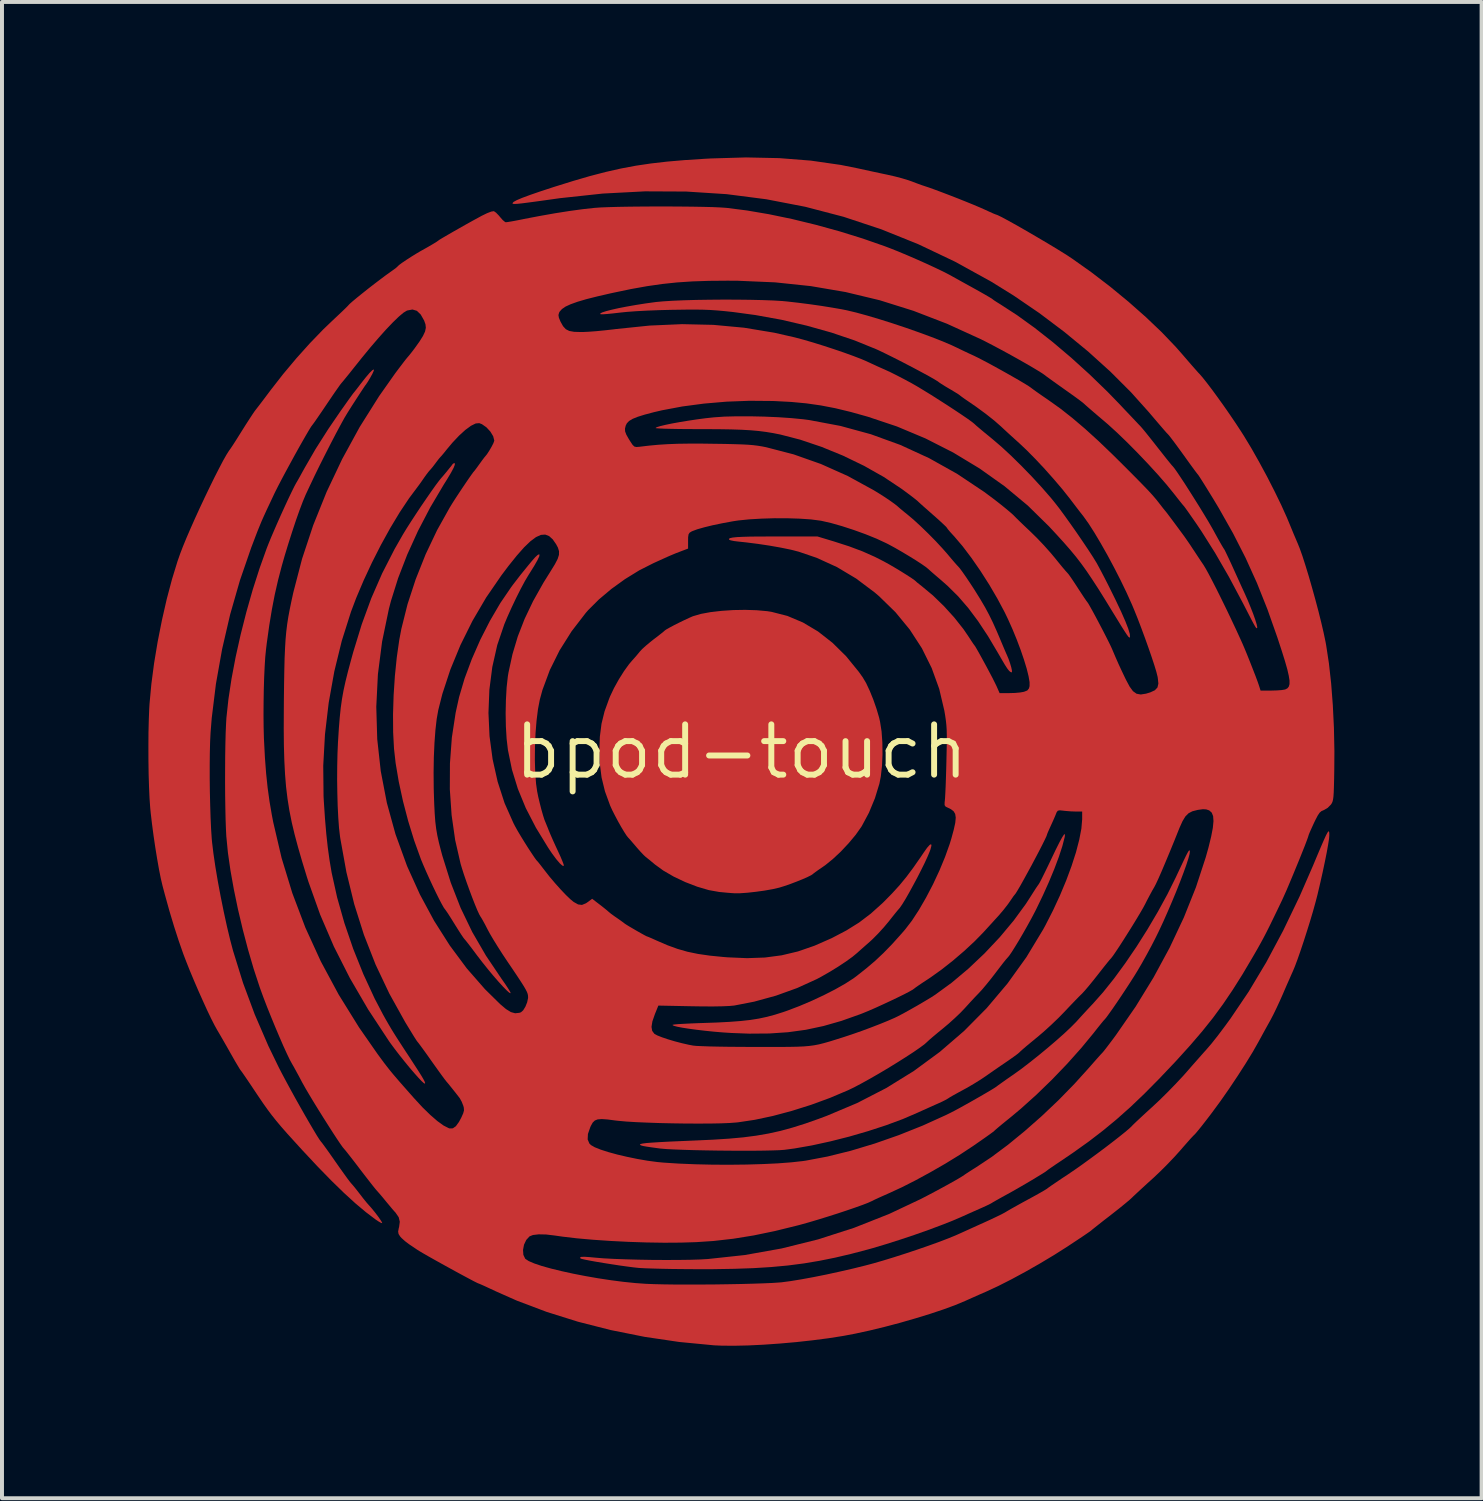
<source format=kicad_pcb>
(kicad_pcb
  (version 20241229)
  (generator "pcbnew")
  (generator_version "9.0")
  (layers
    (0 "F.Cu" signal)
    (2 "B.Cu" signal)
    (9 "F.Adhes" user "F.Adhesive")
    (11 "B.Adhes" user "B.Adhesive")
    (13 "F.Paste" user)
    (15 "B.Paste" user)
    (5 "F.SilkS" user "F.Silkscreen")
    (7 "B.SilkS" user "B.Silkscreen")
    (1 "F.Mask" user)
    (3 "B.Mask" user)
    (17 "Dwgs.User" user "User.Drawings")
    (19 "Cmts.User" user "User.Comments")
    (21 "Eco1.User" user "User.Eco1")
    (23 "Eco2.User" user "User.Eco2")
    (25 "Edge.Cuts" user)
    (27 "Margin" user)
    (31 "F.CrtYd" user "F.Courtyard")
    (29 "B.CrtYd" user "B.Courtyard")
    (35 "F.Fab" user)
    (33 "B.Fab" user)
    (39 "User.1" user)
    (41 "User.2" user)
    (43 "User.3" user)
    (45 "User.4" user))
  (footprint "bpod-touch"
    (layer "F.Cu")
    (at 15.68 15.94)
    (property "Reference" "bpod-touch" (at 0 0 0) (layer "F.SilkS") (effects (font (size 1.27 1.27) (thickness 0.15))))
    (attr board_only exclude_from_pos_files exclude_from_bom)
    (fp_poly (pts (xy 0.386 -3.574) (xy 0.652 -3.55) (xy 0.76 -3.533) (xy 1.162 -3.43) (xy 1.555 -3.264) (xy 1.936 -3.037) (xy 2.3 -2.752) (xy 2.644 -2.413) (xy 2.964 -2.02) (xy 3.064 -1.88) (xy 3.151 -1.733) (xy 3.242 -1.539) (xy 3.332 -1.317) (xy 3.413 -1.085) (xy 3.479 -0.861) (xy 3.503 -0.756) (xy 3.541 -0.513) (xy 3.561 -0.233) (xy 3.565 0.065) (xy 3.552 0.357) (xy 3.522 0.625) (xy 3.487 0.805) (xy 3.373 1.177) (xy 3.222 1.542) (xy 3.045 1.873) (xy 3.027 1.902) (xy 2.888 2.099) (xy 2.711 2.311) (xy 2.514 2.521) (xy 2.311 2.711) (xy 2.12 2.866) (xy 2.07 2.901) (xy 1.959 2.977) (xy 1.87 3.04) (xy 1.816 3.081) (xy 1.807 3.09) (xy 1.763 3.12) (xy 1.671 3.166) (xy 1.544 3.222) (xy 1.395 3.282) (xy 1.24 3.341) (xy 1.09 3.393) (xy 0.961 3.433) (xy 0.953 3.435) (xy 0.788 3.473) (xy 0.586 3.509) (xy 0.368 3.539) (xy 0.153 3.563) (xy -0.036 3.576) (xy -0.162 3.577) (xy -0.25 3.572) (xy -0.379 3.561) (xy -0.525 3.547) (xy -0.559 3.544) (xy -0.823 3.497) (xy -1.115 3.411) (xy -1.416 3.295) (xy -1.708 3.157) (xy -1.973 3.003) (xy -2.186 2.848) (xy -2.283 2.767) (xy -2.368 2.698) (xy -2.416 2.66) (xy -2.467 2.613) (xy -2.545 2.531) (xy -2.636 2.429) (xy -2.661 2.399) (xy -2.746 2.3) (xy -2.814 2.221) (xy -2.856 2.175) (xy -2.862 2.169) (xy -2.901 2.12) (xy -2.962 2.026) (xy -3.037 1.901) (xy -3.117 1.759) (xy -3.195 1.612) (xy -3.264 1.476) (xy -3.315 1.364) (xy -3.447 1.002) (xy -3.533 0.649) (xy -3.579 0.28) (xy -3.589 -0.016) (xy -3.576 -0.38) (xy -3.534 -0.706) (xy -3.457 -1.019) (xy -3.34 -1.342) (xy -3.318 -1.397) (xy -3.219 -1.606) (xy -3.098 -1.824) (xy -2.967 -2.033) (xy -2.838 -2.212) (xy -2.758 -2.306) (xy -2.67 -2.404) (xy -2.584 -2.507) (xy -2.57 -2.525) (xy -2.506 -2.594) (xy -2.405 -2.685) (xy -2.284 -2.785) (xy -2.22 -2.836) (xy -2.107 -2.922) (xy -2.014 -2.995) (xy -1.954 -3.044) (xy -1.939 -3.059) (xy -1.901 -3.086) (xy -1.818 -3.133) (xy -1.704 -3.194) (xy -1.573 -3.26) (xy -1.44 -3.325) (xy -1.319 -3.381) (xy -1.225 -3.422) (xy -1.215 -3.425) (xy -1.023 -3.481) (xy -0.78 -3.526) (xy -0.503 -3.558) (xy -0.206 -3.578) (xy 0.095 -3.583)) (stroke (width 0) (type solid)) (fill yes) (layer "F.Cu"))
    (fp_poly (pts (xy -1.55 -13.772) (xy -1.245 -13.769) (xy -0.966 -13.764) (xy -0.723 -13.758) (xy -0.525 -13.749) (xy -0.382 -13.739) (xy -0.378 -13.739) (xy 0.139 -13.673) (xy 0.697 -13.578) (xy 1.284 -13.456) (xy 1.883 -13.31) (xy 2.482 -13.145) (xy 3.065 -12.964) (xy 3.618 -12.771) (xy 3.748 -12.722) (xy 3.954 -12.64) (xy 4.186 -12.543) (xy 4.431 -12.437) (xy 4.673 -12.329) (xy 4.9 -12.224) (xy 5.096 -12.13) (xy 5.248 -12.052) (xy 5.274 -12.038) (xy 5.336 -12.003) (xy 5.443 -11.944) (xy 5.583 -11.866) (xy 5.744 -11.777) (xy 5.849 -11.719) (xy 6.009 -11.63) (xy 6.148 -11.551) (xy 6.256 -11.488) (xy 6.324 -11.447) (xy 6.342 -11.434) (xy 6.376 -11.407) (xy 6.451 -11.358) (xy 6.543 -11.301) (xy 6.964 -11.028) (xy 7.409 -10.707) (xy 7.869 -10.345) (xy 8.334 -9.951) (xy 8.796 -9.532) (xy 9.245 -9.097) (xy 9.546 -8.787) (xy 9.69 -8.634) (xy 9.825 -8.492) (xy 9.94 -8.37) (xy 10.027 -8.278) (xy 10.08 -8.223) (xy 10.084 -8.219) (xy 10.13 -8.166) (xy 10.208 -8.072) (xy 10.308 -7.947) (xy 10.424 -7.801) (xy 10.51 -7.691) (xy 10.627 -7.543) (xy 10.731 -7.411) (xy 10.816 -7.306) (xy 10.873 -7.236) (xy 10.895 -7.213) (xy 10.935 -7.165) (xy 11.003 -7.069) (xy 11.093 -6.935) (xy 11.201 -6.772) (xy 11.319 -6.587) (xy 11.443 -6.391) (xy 11.567 -6.193) (xy 11.685 -6) (xy 11.792 -5.823) (xy 11.881 -5.669) (xy 11.928 -5.586) (xy 12.012 -5.432) (xy 12.087 -5.298) (xy 12.145 -5.197) (xy 12.181 -5.137) (xy 12.19 -5.126) (xy 12.21 -5.092) (xy 12.251 -5.008) (xy 12.309 -4.887) (xy 12.378 -4.739) (xy 12.411 -4.666) (xy 12.492 -4.487) (xy 12.573 -4.309) (xy 12.645 -4.15) (xy 12.701 -4.029) (xy 12.71 -4.009) (xy 12.79 -3.829) (xy 12.864 -3.649) (xy 12.93 -3.48) (xy 12.982 -3.333) (xy 13.017 -3.218) (xy 13.032 -3.146) (xy 13.029 -3.127) (xy 13.02 -3.12) (xy 13.011 -3.121) (xy 12.996 -3.138) (xy 12.972 -3.176) (xy 12.934 -3.243) (xy 12.88 -3.345) (xy 12.805 -3.491) (xy 12.705 -3.685) (xy 12.665 -3.762) (xy 12.314 -4.421) (xy 11.968 -5.02) (xy 11.624 -5.566) (xy 11.495 -5.758) (xy 11.392 -5.906) (xy 11.302 -6.035) (xy 11.231 -6.135) (xy 11.186 -6.196) (xy 11.174 -6.21) (xy 11.146 -6.242) (xy 11.088 -6.314) (xy 11.007 -6.416) (xy 10.924 -6.522) (xy 10.742 -6.746) (xy 10.522 -6.999) (xy 10.275 -7.269) (xy 10.014 -7.543) (xy 9.75 -7.81) (xy 9.495 -8.056) (xy 9.261 -8.269) (xy 9.164 -8.352) (xy 9.013 -8.48) (xy 8.879 -8.595) (xy 8.769 -8.69) (xy 8.693 -8.757) (xy 8.658 -8.789) (xy 8.622 -8.82) (xy 8.541 -8.882) (xy 8.425 -8.967) (xy 8.284 -9.068) (xy 8.165 -9.152) (xy 8.012 -9.261) (xy 7.876 -9.358) (xy 7.768 -9.436) (xy 7.696 -9.488) (xy 7.673 -9.507) (xy 7.61 -9.552) (xy 7.499 -9.622) (xy 7.349 -9.712) (xy 7.168 -9.817) (xy 6.967 -9.931) (xy 6.755 -10.049) (xy 6.541 -10.165) (xy 6.334 -10.275) (xy 6.145 -10.373) (xy 6.046 -10.422) (xy 5.194 -10.811) (xy 4.345 -11.138) (xy 3.494 -11.405) (xy 2.632 -11.612) (xy 1.753 -11.762) (xy 0.85 -11.857) (xy -0.084 -11.897) (xy -0.345 -11.899) (xy -0.815 -11.895) (xy -1.236 -11.881) (xy -1.627 -11.855) (xy -2.004 -11.815) (xy -2.385 -11.76) (xy -2.787 -11.688) (xy -3.227 -11.596) (xy -3.302 -11.58) (xy -3.64 -11.502) (xy -3.918 -11.432) (xy -4.141 -11.366) (xy -4.314 -11.304) (xy -4.444 -11.244) (xy -4.534 -11.182) (xy -4.591 -11.118) (xy -4.605 -11.092) (xy -4.622 -11.031) (xy -4.61 -10.96) (xy -4.568 -10.861) (xy -4.505 -10.749) (xy -4.437 -10.674) (xy -4.349 -10.629) (xy -4.226 -10.607) (xy -4.056 -10.602) (xy -4.01 -10.602) (xy -3.862 -10.609) (xy -3.671 -10.623) (xy -3.457 -10.644) (xy -3.243 -10.668) (xy -3.172 -10.677) (xy -2.32 -10.765) (xy -1.5 -10.801) (xy -0.707 -10.783) (xy 0.067 -10.711) (xy 0.828 -10.585) (xy 1.347 -10.467) (xy 1.565 -10.409) (xy 1.812 -10.337) (xy 2.075 -10.255) (xy 2.341 -10.168) (xy 2.596 -10.081) (xy 2.828 -9.997) (xy 3.023 -9.922) (xy 3.168 -9.86) (xy 3.169 -9.859) (xy 3.299 -9.799) (xy 3.457 -9.726) (xy 3.613 -9.657) (xy 3.631 -9.649) (xy 3.763 -9.588) (xy 3.931 -9.504) (xy 4.114 -9.409) (xy 4.29 -9.314) (xy 4.298 -9.31) (xy 4.439 -9.229) (xy 4.608 -9.127) (xy 4.797 -9.011) (xy 4.995 -8.885) (xy 5.195 -8.757) (xy 5.386 -8.632) (xy 5.56 -8.516) (xy 5.707 -8.416) (xy 5.818 -8.336) (xy 5.884 -8.283) (xy 5.89 -8.277) (xy 5.935 -8.236) (xy 6.021 -8.163) (xy 6.137 -8.066) (xy 6.274 -7.954) (xy 6.35 -7.891) (xy 6.57 -7.703) (xy 6.816 -7.475) (xy 7.077 -7.218) (xy 7.34 -6.947) (xy 7.592 -6.673) (xy 7.821 -6.41) (xy 7.917 -6.292) (xy 8.026 -6.153) (xy 8.159 -5.972) (xy 8.308 -5.764) (xy 8.464 -5.542) (xy 8.617 -5.318) (xy 8.759 -5.107) (xy 8.88 -4.921) (xy 8.971 -4.773) (xy 8.976 -4.765) (xy 9.022 -4.68) (xy 9.09 -4.553) (xy 9.171 -4.398) (xy 9.256 -4.232) (xy 9.277 -4.19) (xy 9.452 -3.836) (xy 9.593 -3.538) (xy 9.7 -3.294) (xy 9.773 -3.107) (xy 9.812 -2.974) (xy 9.817 -2.9) (xy 9.81 -2.884) (xy 9.797 -2.885) (xy 9.773 -2.908) (xy 9.735 -2.96) (xy 9.678 -3.047) (xy 9.598 -3.173) (xy 9.492 -3.346) (xy 9.391 -3.51) (xy 9.192 -3.835) (xy 9.019 -4.112) (xy 8.864 -4.35) (xy 8.723 -4.56) (xy 8.587 -4.749) (xy 8.45 -4.927) (xy 8.304 -5.103) (xy 8.144 -5.286) (xy 7.962 -5.486) (xy 7.771 -5.692) (xy 7.236 -6.217) (xy 6.65 -6.705) (xy 6.02 -7.153) (xy 5.352 -7.557) (xy 4.652 -7.913) (xy 3.927 -8.217) (xy 3.191 -8.463) (xy 2.762 -8.583) (xy 2.373 -8.677) (xy 2.005 -8.748) (xy 1.64 -8.8) (xy 1.258 -8.836) (xy 0.841 -8.858) (xy 0.772 -8.86) (xy 0.204 -8.865) (xy -0.375 -8.843) (xy -0.946 -8.794) (xy -1.495 -8.721) (xy -2.005 -8.625) (xy -2.211 -8.577) (xy -2.444 -8.515) (xy -2.621 -8.46) (xy -2.749 -8.408) (xy -2.837 -8.355) (xy -2.893 -8.297) (xy -2.923 -8.237) (xy -2.941 -8.161) (xy -2.938 -8.092) (xy -2.908 -8.011) (xy -2.846 -7.901) (xy -2.809 -7.842) (xy -2.751 -7.754) (xy -2.705 -7.709) (xy -2.653 -7.697) (xy -2.579 -7.703) (xy -2.334 -7.732) (xy -2.1 -7.754) (xy -1.862 -7.769) (xy -1.609 -7.779) (xy -1.326 -7.783) (xy -1.001 -7.783) (xy -0.716 -7.779) (xy -0.421 -7.775) (xy -0.182 -7.769) (xy 0.011 -7.763) (xy 0.168 -7.755) (xy 0.298 -7.744) (xy 0.411 -7.73) (xy 0.517 -7.713) (xy 0.624 -7.692) (xy 1.32 -7.511) (xy 2.009 -7.268) (xy 2.687 -6.965) (xy 3.344 -6.605) (xy 3.483 -6.52) (xy 3.627 -6.428) (xy 3.759 -6.339) (xy 3.865 -6.263) (xy 3.927 -6.215) (xy 4.008 -6.144) (xy 4.114 -6.056) (xy 4.19 -5.995) (xy 4.345 -5.865) (xy 4.527 -5.698) (xy 4.721 -5.51) (xy 4.913 -5.315) (xy 5.087 -5.127) (xy 5.203 -4.995) (xy 5.301 -4.878) (xy 5.386 -4.779) (xy 5.448 -4.709) (xy 5.474 -4.682) (xy 5.516 -4.634) (xy 5.585 -4.541) (xy 5.673 -4.415) (xy 5.773 -4.266) (xy 5.877 -4.107) (xy 5.977 -3.947) (xy 6.037 -3.85) (xy 6.154 -3.651) (xy 6.256 -3.461) (xy 6.353 -3.263) (xy 6.455 -3.035) (xy 6.537 -2.842) (xy 6.596 -2.701) (xy 6.649 -2.576) (xy 6.688 -2.485) (xy 6.705 -2.448) (xy 6.748 -2.346) (xy 6.787 -2.234) (xy 6.818 -2.129) (xy 6.835 -2.048) (xy 6.834 -2.007) (xy 6.831 -2.004) (xy 6.8 -2.012) (xy 6.764 -2.042) (xy 6.718 -2.1) (xy 6.657 -2.194) (xy 6.575 -2.333) (xy 6.489 -2.482) (xy 6.231 -2.917) (xy 5.98 -3.297) (xy 5.731 -3.63) (xy 5.476 -3.925) (xy 5.208 -4.19) (xy 5.04 -4.338) (xy 4.924 -4.437) (xy 4.824 -4.523) (xy 4.752 -4.587) (xy 4.725 -4.612) (xy 4.658 -4.667) (xy 4.544 -4.746) (xy 4.398 -4.841) (xy 4.229 -4.945) (xy 4.052 -5.051) (xy 3.876 -5.152) (xy 3.716 -5.239) (xy 3.654 -5.27) (xy 3.413 -5.382) (xy 3.136 -5.494) (xy 2.84 -5.601) (xy 2.545 -5.697) (xy 2.268 -5.776) (xy 2.028 -5.831) (xy 1.988 -5.838) (xy 1.757 -5.868) (xy 1.478 -5.887) (xy 1.166 -5.897) (xy 0.839 -5.898) (xy 0.512 -5.888) (xy 0.202 -5.87) (xy -0.075 -5.842) (xy -0.214 -5.821) (xy -0.479 -5.772) (xy -0.725 -5.721) (xy -0.941 -5.668) (xy -1.117 -5.618) (xy -1.24 -5.572) (xy -1.257 -5.564) (xy -1.308 -5.533) (xy -1.335 -5.491) (xy -1.346 -5.42) (xy -1.347 -5.325) (xy -1.347 -5.131) (xy -1.532 -5.061) (xy -1.667 -5.009) (xy -1.805 -4.951) (xy -1.869 -4.923) (xy -1.984 -4.871) (xy -2.123 -4.808) (xy -2.224 -4.762) (xy -2.581 -4.581) (xy -2.94 -4.36) (xy -3.285 -4.111) (xy -3.6 -3.846) (xy -3.87 -3.577) (xy -3.932 -3.506) (xy -4.29 -3.041) (xy -4.594 -2.558) (xy -4.84 -2.062) (xy -5.026 -1.56) (xy -5.093 -1.314) (xy -5.139 -1.074) (xy -5.175 -0.785) (xy -5.201 -0.464) (xy -5.215 -0.128) (xy -5.218 0.208) (xy -5.209 0.527) (xy -5.187 0.812) (xy -5.16 1.002) (xy -5.133 1.138) (xy -5.095 1.296) (xy -5.054 1.458) (xy -5.012 1.605) (xy -4.977 1.716) (xy -4.96 1.758) (xy -4.932 1.826) (xy -4.891 1.927) (xy -4.867 1.988) (xy -4.827 2.085) (xy -4.767 2.222) (xy -4.696 2.379) (xy -4.635 2.51) (xy -4.571 2.649) (xy -4.522 2.766) (xy -4.491 2.849) (xy -4.484 2.885) (xy -4.484 2.885) (xy -4.522 2.879) (xy -4.587 2.821) (xy -4.676 2.717) (xy -4.785 2.57) (xy -4.878 2.432) (xy -5.191 1.92) (xy -5.447 1.425) (xy -5.647 0.939) (xy -5.796 0.455) (xy -5.897 -0.037) (xy -5.899 -0.049) (xy -5.931 -0.323) (xy -5.95 -0.637) (xy -5.956 -0.972) (xy -5.949 -1.308) (xy -5.931 -1.625) (xy -5.9 -1.905) (xy -5.884 -2) (xy -5.783 -2.464) (xy -5.649 -2.912) (xy -5.477 -3.354) (xy -5.263 -3.803) (xy -5.001 -4.269) (xy -4.815 -4.567) (xy -4.71 -4.738) (xy -4.642 -4.869) (xy -4.609 -4.973) (xy -4.607 -5.064) (xy -4.635 -5.155) (xy -4.681 -5.242) (xy -4.767 -5.365) (xy -4.858 -5.447) (xy -4.956 -5.485) (xy -5.066 -5.477) (xy -5.189 -5.421) (xy -5.33 -5.316) (xy -5.491 -5.161) (xy -5.675 -4.953) (xy -5.886 -4.69) (xy -6.065 -4.452) (xy -6.448 -3.895) (xy -6.794 -3.305) (xy -7.097 -2.695) (xy -7.352 -2.076) (xy -7.555 -1.459) (xy -7.658 -1.051) (xy -7.698 -0.826) (xy -7.73 -0.545) (xy -7.754 -0.22) (xy -7.77 0.139) (xy -7.776 0.521) (xy -7.773 0.916) (xy -7.77 1.035) (xy -7.76 1.325) (xy -7.748 1.565) (xy -7.733 1.767) (xy -7.711 1.948) (xy -7.681 2.121) (xy -7.641 2.301) (xy -7.589 2.503) (xy -7.555 2.629) (xy -7.342 3.309) (xy -7.093 3.947) (xy -6.799 4.557) (xy -6.453 5.153) (xy -6.062 5.734) (xy -5.97 5.865) (xy -5.896 5.977) (xy -5.846 6.058) (xy -5.828 6.1) (xy -5.829 6.102) (xy -5.861 6.091) (xy -5.926 6.034) (xy -6.019 5.939) (xy -6.134 5.813) (xy -6.263 5.665) (xy -6.401 5.499) (xy -6.541 5.324) (xy -6.677 5.148) (xy -6.715 5.097) (xy -6.813 4.966) (xy -6.898 4.855) (xy -6.962 4.774) (xy -6.996 4.734) (xy -6.999 4.732) (xy -7.024 4.699) (xy -7.077 4.621) (xy -7.149 4.509) (xy -7.233 4.375) (xy -7.246 4.354) (xy -7.331 4.217) (xy -7.405 4.101) (xy -7.461 4.018) (xy -7.491 3.977) (xy -7.493 3.976) (xy -7.521 3.936) (xy -7.571 3.847) (xy -7.638 3.719) (xy -7.716 3.562) (xy -7.8 3.387) (xy -7.885 3.204) (xy -7.966 3.024) (xy -8.038 2.858) (xy -8.097 2.716) (xy -8.1 2.707) (xy -8.267 2.243) (xy -8.418 1.752) (xy -8.549 1.251) (xy -8.656 0.758) (xy -8.735 0.289) (xy -8.776 -0.074) (xy -8.798 -0.489) (xy -8.801 -0.946) (xy -8.786 -1.427) (xy -8.754 -1.913) (xy -8.706 -2.385) (xy -8.643 -2.825) (xy -8.59 -3.105) (xy -8.435 -3.724) (xy -8.228 -4.357) (xy -7.977 -4.987) (xy -7.688 -5.596) (xy -7.369 -6.167) (xy -7.302 -6.276) (xy -7.234 -6.383) (xy -7.15 -6.511) (xy -7.059 -6.648) (xy -6.968 -6.783) (xy -6.886 -6.903) (xy -6.82 -6.997) (xy -6.779 -7.054) (xy -6.77 -7.065) (xy -6.742 -7.098) (xy -6.688 -7.169) (xy -6.621 -7.262) (xy -6.553 -7.356) (xy -6.5 -7.427) (xy -6.473 -7.459) (xy -6.429 -7.513) (xy -6.372 -7.6) (xy -6.314 -7.699) (xy -6.267 -7.79) (xy -6.244 -7.853) (xy -6.243 -7.861) (xy -6.271 -7.97) (xy -6.342 -8.087) (xy -6.442 -8.195) (xy -6.555 -8.274) (xy -6.623 -8.3) (xy -6.713 -8.292) (xy -6.832 -8.233) (xy -6.974 -8.129) (xy -7.132 -7.985) (xy -7.301 -7.806) (xy -7.445 -7.634) (xy -7.517 -7.544) (xy -7.577 -7.473) (xy -7.605 -7.443) (xy -7.644 -7.398) (xy -7.703 -7.321) (xy -7.735 -7.278) (xy -7.799 -7.194) (xy -7.852 -7.131) (xy -7.868 -7.114) (xy -7.906 -7.07) (xy -7.966 -6.991) (xy -8.018 -6.918) (xy -8.085 -6.821) (xy -8.143 -6.74) (xy -8.17 -6.704) (xy -8.397 -6.4) (xy -8.634 -6.044) (xy -8.873 -5.647) (xy -9.108 -5.221) (xy -9.334 -4.776) (xy -9.544 -4.325) (xy -9.733 -3.879) (xy -9.864 -3.532) (xy -10.096 -2.799) (xy -10.284 -2.03) (xy -10.426 -1.238) (xy -10.52 -0.439) (xy -10.564 0.354) (xy -10.556 1.126) (xy -10.549 1.253) (xy -10.52 1.69) (xy -10.487 2.076) (xy -10.449 2.423) (xy -10.404 2.747) (xy -10.351 3.06) (xy -10.213 3.682) (xy -10.03 4.328) (xy -9.807 4.98) (xy -9.55 5.621) (xy -9.266 6.235) (xy -9.055 6.638) (xy -8.984 6.765) (xy -8.92 6.876) (xy -8.858 6.982) (xy -8.791 7.092) (xy -8.711 7.219) (xy -8.612 7.372) (xy -8.488 7.563) (xy -8.394 7.705) (xy -8.259 7.913) (xy -8.156 8.072) (xy -8.082 8.19) (xy -8.033 8.274) (xy -8.004 8.33) (xy -7.992 8.365) (xy -7.992 8.385) (xy -8.017 8.378) (xy -8.075 8.326) (xy -8.16 8.237) (xy -8.265 8.119) (xy -8.385 7.979) (xy -8.511 7.825) (xy -8.639 7.665) (xy -8.761 7.506) (xy -8.871 7.357) (xy -8.905 7.309) (xy -9.429 6.513) (xy -9.891 5.72) (xy -10.295 4.923) (xy -10.642 4.116) (xy -10.936 3.292) (xy -10.979 3.158) (xy -11.098 2.769) (xy -11.2 2.416) (xy -11.287 2.091) (xy -11.36 1.784) (xy -11.419 1.488) (xy -11.466 1.192) (xy -11.503 0.889) (xy -11.529 0.569) (xy -11.547 0.223) (xy -11.558 -0.156) (xy -11.562 -0.579) (xy -11.56 -1.053) (xy -11.558 -1.347) (xy -11.553 -1.74) (xy -11.547 -2.075) (xy -11.54 -2.363) (xy -11.529 -2.613) (xy -11.516 -2.833) (xy -11.498 -3.033) (xy -11.475 -3.221) (xy -11.446 -3.407) (xy -11.41 -3.599) (xy -11.367 -3.808) (xy -11.319 -4.026) (xy -11.099 -4.872) (xy -10.818 -5.72) (xy -10.479 -6.563) (xy -10.086 -7.392) (xy -9.644 -8.201) (xy -9.154 -8.98) (xy -8.744 -9.562) (xy -8.64 -9.7) (xy -8.549 -9.82) (xy -8.478 -9.912) (xy -8.434 -9.965) (xy -8.427 -9.973) (xy -8.391 -10.015) (xy -8.329 -10.093) (xy -8.258 -10.186) (xy -8.131 -10.364) (xy -8.044 -10.503) (xy -7.992 -10.614) (xy -7.972 -10.709) (xy -7.981 -10.796) (xy -8.014 -10.889) (xy -8.014 -10.89) (xy -8.102 -11.045) (xy -8.199 -11.138) (xy -8.31 -11.171) (xy -8.441 -11.146) (xy -8.451 -11.143) (xy -8.536 -11.091) (xy -8.654 -10.992) (xy -8.803 -10.848) (xy -8.976 -10.667) (xy -9.169 -10.451) (xy -9.379 -10.206) (xy -9.599 -9.938) (xy -9.676 -9.841) (xy -9.801 -9.685) (xy -9.913 -9.544) (xy -10.007 -9.429) (xy -10.074 -9.347) (xy -10.108 -9.308) (xy -10.108 -9.307) (xy -10.139 -9.268) (xy -10.199 -9.183) (xy -10.283 -9.063) (xy -10.383 -8.916) (xy -10.485 -8.765) (xy -10.593 -8.605) (xy -10.69 -8.464) (xy -10.767 -8.352) (xy -10.821 -8.277) (xy -10.843 -8.248) (xy -10.872 -8.209) (xy -10.926 -8.121) (xy -11.001 -7.993) (xy -11.093 -7.833) (xy -11.196 -7.651) (xy -11.305 -7.454) (xy -11.415 -7.252) (xy -11.523 -7.053) (xy -11.622 -6.867) (xy -11.708 -6.702) (xy -11.776 -6.567) (xy -11.798 -6.522) (xy -11.905 -6.294) (xy -11.991 -6.112) (xy -12.06 -5.961) (xy -12.119 -5.829) (xy -12.172 -5.7) (xy -12.228 -5.562) (xy -12.29 -5.4) (xy -12.366 -5.2) (xy -12.382 -5.159) (xy -12.669 -4.327) (xy -12.916 -3.466) (xy -13.119 -2.59) (xy -13.275 -1.713) (xy -13.381 -0.851) (xy -13.411 -0.476) (xy -13.422 -0.25) (xy -13.429 0.026) (xy -13.432 0.338) (xy -13.432 0.672) (xy -13.428 1.014) (xy -13.42 1.351) (xy -13.41 1.669) (xy -13.397 1.955) (xy -13.381 2.195) (xy -13.373 2.284) (xy -13.338 2.572) (xy -13.289 2.907) (xy -13.227 3.275) (xy -13.155 3.66) (xy -13.077 4.045) (xy -12.996 4.417) (xy -12.914 4.759) (xy -12.843 5.027) (xy -12.59 5.842) (xy -12.294 6.639) (xy -11.95 7.434) (xy -11.691 7.968) (xy -11.605 8.135) (xy -11.503 8.326) (xy -11.39 8.535) (xy -11.27 8.753) (xy -11.147 8.972) (xy -11.027 9.183) (xy -10.913 9.38) (xy -10.811 9.553) (xy -10.726 9.695) (xy -10.661 9.797) (xy -10.621 9.852) (xy -10.615 9.858) (xy -10.59 9.889) (xy -10.534 9.965) (xy -10.453 10.077) (xy -10.354 10.217) (xy -10.253 10.362) (xy -10.14 10.523) (xy -10.037 10.667) (xy -9.951 10.786) (xy -9.888 10.869) (xy -9.858 10.905) (xy -9.813 10.956) (xy -9.742 11.043) (xy -9.66 11.148) (xy -9.646 11.166) (xy -9.559 11.279) (xy -9.475 11.383) (xy -9.411 11.457) (xy -9.406 11.462) (xy -9.332 11.546) (xy -9.252 11.645) (xy -9.176 11.745) (xy -9.116 11.831) (xy -9.079 11.892) (xy -9.075 11.911) (xy -9.107 11.902) (xy -9.175 11.863) (xy -9.239 11.82) (xy -9.485 11.634) (xy -9.752 11.41) (xy -10.043 11.144) (xy -10.361 10.834) (xy -10.71 10.476) (xy -11.086 10.074) (xy -11.3 9.839) (xy -11.478 9.643) (xy -11.626 9.474) (xy -11.752 9.324) (xy -11.865 9.182) (xy -11.972 9.039) (xy -12.082 8.884) (xy -12.201 8.709) (xy -12.29 8.576) (xy -12.398 8.414) (xy -12.494 8.272) (xy -12.572 8.158) (xy -12.626 8.081) (xy -12.65 8.05) (xy -12.673 8.017) (xy -12.721 7.937) (xy -12.79 7.821) (xy -12.871 7.679) (xy -12.912 7.607) (xy -13.005 7.442) (xy -13.096 7.284) (xy -13.174 7.149) (xy -13.231 7.052) (xy -13.243 7.032) (xy -13.31 6.911) (xy -13.397 6.74) (xy -13.497 6.531) (xy -13.605 6.294) (xy -13.718 6.041) (xy -13.829 5.783) (xy -13.934 5.532) (xy -14.027 5.298) (xy -14.099 5.11) (xy -14.217 4.772) (xy -14.331 4.419) (xy -14.446 4.038) (xy -14.564 3.613) (xy -14.625 3.384) (xy -14.667 3.205) (xy -14.713 2.975) (xy -14.76 2.708) (xy -14.807 2.418) (xy -14.851 2.119) (xy -14.89 1.825) (xy -14.922 1.552) (xy -14.935 1.421) (xy -14.952 1.182) (xy -14.965 0.893) (xy -14.975 0.567) (xy -14.98 0.22) (xy -14.981 -0.134) (xy -14.979 -0.479) (xy -14.971 -0.802) (xy -14.96 -1.087) (xy -14.952 -1.216) (xy -14.906 -1.71) (xy -14.837 -2.236) (xy -14.747 -2.778) (xy -14.639 -3.323) (xy -14.518 -3.854) (xy -14.385 -4.356) (xy -14.244 -4.815) (xy -14.181 -4.995) (xy -14.112 -5.175) (xy -14.024 -5.39) (xy -13.92 -5.631) (xy -13.805 -5.89) (xy -13.682 -6.159) (xy -13.555 -6.429) (xy -13.429 -6.691) (xy -13.308 -6.938) (xy -13.194 -7.161) (xy -13.094 -7.352) (xy -13.009 -7.502) (xy -12.946 -7.602) (xy -12.93 -7.623) (xy -12.899 -7.667) (xy -12.84 -7.756) (xy -12.761 -7.879) (xy -12.669 -8.026) (xy -12.612 -8.117) (xy -12.513 -8.274) (xy -12.422 -8.415) (xy -12.347 -8.529) (xy -12.295 -8.605) (xy -12.279 -8.626) (xy -12.242 -8.674) (xy -12.173 -8.763) (xy -12.08 -8.885) (xy -11.972 -9.029) (xy -11.887 -9.142) (xy -11.575 -9.542) (xy -11.241 -9.94) (xy -10.899 -10.321) (xy -10.563 -10.669) (xy -10.347 -10.876) (xy -10.212 -11.003) (xy -10.094 -11.114) (xy -10.003 -11.202) (xy -9.945 -11.26) (xy -9.929 -11.278) (xy -9.897 -11.312) (xy -9.822 -11.378) (xy -9.713 -11.469) (xy -9.579 -11.577) (xy -9.43 -11.696) (xy -9.274 -11.817) (xy -9.121 -11.933) (xy -8.981 -12.038) (xy -8.862 -12.123) (xy -8.823 -12.151) (xy -8.743 -12.208) (xy -8.69 -12.253) (xy -8.68 -12.266) (xy -8.647 -12.296) (xy -8.571 -12.352) (xy -8.466 -12.423) (xy -8.344 -12.502) (xy -8.218 -12.58) (xy -8.103 -12.648) (xy -8.083 -12.659) (xy -7.924 -12.748) (xy -7.794 -12.824) (xy -7.702 -12.88) (xy -7.657 -12.912) (xy -7.656 -12.913) (xy -7.622 -12.937) (xy -7.54 -12.986) (xy -7.422 -13.055) (xy -7.278 -13.138) (xy -7.118 -13.229) (xy -6.952 -13.323) (xy -6.792 -13.412) (xy -6.647 -13.491) (xy -6.563 -13.537) (xy -6.428 -13.603) (xy -6.322 -13.644) (xy -6.256 -13.655) (xy -6.25 -13.653) (xy -6.198 -13.617) (xy -6.129 -13.546) (xy -6.095 -13.505) (xy -6.029 -13.43) (xy -5.972 -13.383) (xy -5.952 -13.375) (xy -5.903 -13.381) (xy -5.805 -13.397) (xy -5.67 -13.422) (xy -5.514 -13.453) (xy -5.507 -13.455) (xy -5.105 -13.532) (xy -4.71 -13.602) (xy -4.336 -13.661) (xy -3.997 -13.707) (xy -3.713 -13.738) (xy -3.562 -13.749) (xy -3.357 -13.757) (xy -3.108 -13.764) (xy -2.825 -13.769) (xy -2.517 -13.772) (xy -2.196 -13.774) (xy -1.87 -13.774)) (stroke (width 0) (type solid)) (fill yes) (layer "F.Cu"))
    (fp_poly (pts (xy 0.96 -14.995) (xy 1.756 -14.932) (xy 2.507 -14.824) (xy 2.941 -14.737) (xy 3.132 -14.695) (xy 3.354 -14.647) (xy 3.574 -14.6) (xy 3.698 -14.574) (xy 3.877 -14.533) (xy 4.056 -14.486) (xy 4.212 -14.439) (xy 4.306 -14.406) (xy 4.434 -14.357) (xy 4.555 -14.313) (xy 4.633 -14.287) (xy 4.733 -14.254) (xy 4.881 -14.201) (xy 5.063 -14.133) (xy 5.267 -14.055) (xy 5.478 -13.973) (xy 5.685 -13.89) (xy 5.874 -13.813) (xy 6.032 -13.746) (xy 6.138 -13.699) (xy 6.26 -13.643) (xy 6.358 -13.599) (xy 6.419 -13.574) (xy 6.43 -13.571) (xy 6.475 -13.554) (xy 6.568 -13.509) (xy 6.701 -13.438) (xy 6.866 -13.347) (xy 7.054 -13.241) (xy 7.257 -13.124) (xy 7.468 -13.001) (xy 7.678 -12.877) (xy 7.879 -12.757) (xy 8.063 -12.644) (xy 8.222 -12.545) (xy 8.347 -12.462) (xy 8.352 -12.459) (xy 8.837 -12.115) (xy 9.315 -11.749) (xy 9.778 -11.368) (xy 10.215 -10.982) (xy 10.617 -10.599) (xy 10.973 -10.227) (xy 11.139 -10.038) (xy 11.263 -9.894) (xy 11.379 -9.76) (xy 11.478 -9.648) (xy 11.549 -9.568) (xy 11.571 -9.546) (xy 11.651 -9.454) (xy 11.759 -9.318) (xy 11.89 -9.146) (xy 12.035 -8.948) (xy 12.188 -8.734) (xy 12.341 -8.514) (xy 12.488 -8.297) (xy 12.621 -8.094) (xy 12.69 -7.986) (xy 12.883 -7.667) (xy 13.081 -7.317) (xy 13.279 -6.951) (xy 13.466 -6.585) (xy 13.636 -6.236) (xy 13.779 -5.919) (xy 13.822 -5.816) (xy 13.891 -5.649) (xy 13.954 -5.496) (xy 14.007 -5.372) (xy 14.042 -5.289) (xy 14.049 -5.274) (xy 14.106 -5.133) (xy 14.175 -4.938) (xy 14.251 -4.701) (xy 14.333 -4.433) (xy 14.416 -4.144) (xy 14.499 -3.845) (xy 14.578 -3.548) (xy 14.649 -3.262) (xy 14.71 -3) (xy 14.758 -2.771) (xy 14.772 -2.694) (xy 14.842 -2.235) (xy 14.899 -1.724) (xy 14.941 -1.176) (xy 14.969 -0.603) (xy 14.981 -0.02) (xy 14.978 0.437) (xy 14.974 0.688) (xy 14.969 0.881) (xy 14.964 1.026) (xy 14.957 1.132) (xy 14.947 1.207) (xy 14.934 1.26) (xy 14.917 1.299) (xy 14.894 1.335) (xy 14.891 1.338) (xy 14.812 1.418) (xy 14.717 1.474) (xy 14.709 1.477) (xy 14.653 1.502) (xy 14.607 1.542) (xy 14.56 1.612) (xy 14.502 1.723) (xy 14.463 1.804) (xy 14.405 1.931) (xy 14.359 2.034) (xy 14.332 2.1) (xy 14.327 2.117) (xy 14.314 2.16) (xy 14.28 2.254) (xy 14.229 2.388) (xy 14.163 2.553) (xy 14.088 2.74) (xy 14.007 2.937) (xy 13.925 3.136) (xy 13.845 3.326) (xy 13.772 3.499) (xy 13.708 3.642) (xy 13.661 3.746) (xy 13.532 4.015) (xy 13.425 4.236) (xy 13.336 4.418) (xy 13.258 4.573) (xy 13.186 4.711) (xy 13.114 4.843) (xy 13.038 4.979) (xy 12.951 5.13) (xy 12.922 5.18) (xy 12.66 5.623) (xy 12.411 6.018) (xy 12.165 6.381) (xy 11.912 6.726) (xy 11.64 7.066) (xy 11.339 7.417) (xy 10.999 7.793) (xy 10.946 7.85) (xy 10.549 8.268) (xy 10.18 8.641) (xy 9.828 8.977) (xy 9.483 9.284) (xy 9.136 9.571) (xy 8.777 9.847) (xy 8.396 10.119) (xy 8.067 10.343) (xy 7.938 10.429) (xy 7.83 10.503) (xy 7.754 10.556) (xy 7.722 10.581) (xy 7.685 10.609) (xy 7.601 10.663) (xy 7.481 10.736) (xy 7.336 10.824) (xy 7.175 10.919) (xy 7.009 11.015) (xy 6.848 11.107) (xy 6.704 11.187) (xy 6.687 11.196) (xy 6.553 11.27) (xy 6.439 11.334) (xy 6.358 11.38) (xy 6.325 11.401) (xy 6.282 11.425) (xy 6.194 11.468) (xy 6.078 11.521) (xy 6.03 11.542) (xy 5.881 11.608) (xy 5.728 11.676) (xy 5.602 11.733) (xy 5.586 11.74) (xy 5.343 11.845) (xy 5.049 11.961) (xy 4.72 12.084) (xy 4.368 12.208) (xy 4.006 12.329) (xy 3.65 12.442) (xy 3.312 12.543) (xy 3.204 12.573) (xy 2.775 12.686) (xy 2.367 12.782) (xy 1.971 12.862) (xy 1.577 12.928) (xy 1.175 12.98) (xy 0.755 13.019) (xy 0.308 13.047) (xy -0.176 13.064) (xy -0.708 13.073) (xy -1.216 13.073) (xy -1.492 13.071) (xy -1.762 13.068) (xy -2.015 13.063) (xy -2.24 13.057) (xy -2.426 13.051) (xy -2.561 13.044) (xy -2.599 13.041) (xy -2.728 13.027) (xy -2.89 13.006) (xy -3.076 12.98) (xy -3.272 12.95) (xy -3.469 12.919) (xy -3.655 12.888) (xy -3.819 12.859) (xy -3.95 12.833) (xy -4.036 12.813) (xy -4.065 12.802) (xy -4.077 12.777) (xy -4.045 12.763) (xy -3.964 12.76) (xy -3.829 12.769) (xy -3.692 12.782) (xy -3.486 12.799) (xy -3.228 12.813) (xy -2.93 12.824) (xy -2.605 12.833) (xy -2.268 12.839) (xy -1.929 12.841) (xy -1.604 12.84) (xy -1.304 12.836) (xy -1.044 12.828) (xy -0.851 12.817) (xy 0.085 12.716) (xy 1.015 12.55) (xy 1.936 12.321) (xy 2.844 12.029) (xy 3.734 11.677) (xy 4.535 11.299) (xy 4.716 11.205) (xy 4.906 11.104) (xy 5.094 11.003) (xy 5.27 10.906) (xy 5.423 10.82) (xy 5.542 10.75) (xy 5.619 10.702) (xy 5.635 10.689) (xy 5.676 10.661) (xy 5.759 10.607) (xy 5.869 10.537) (xy 5.93 10.499) (xy 6.321 10.239) (xy 6.734 9.931) (xy 7.159 9.583) (xy 7.588 9.205) (xy 8.01 8.805) (xy 8.414 8.391) (xy 8.781 7.985) (xy 8.893 7.857) (xy 8.992 7.745) (xy 9.068 7.66) (xy 9.113 7.612) (xy 9.118 7.607) (xy 9.15 7.57) (xy 9.213 7.49) (xy 9.299 7.377) (xy 9.402 7.24) (xy 9.466 7.153) (xy 9.96 6.44) (xy 10.412 5.703) (xy 10.82 4.949) (xy 11.178 4.187) (xy 11.483 3.424) (xy 11.73 2.67) (xy 11.801 2.417) (xy 11.868 2.142) (xy 11.91 1.923) (xy 11.926 1.753) (xy 11.917 1.627) (xy 11.882 1.54) (xy 11.822 1.486) (xy 11.815 1.482) (xy 11.743 1.458) (xy 11.659 1.453) (xy 11.54 1.469) (xy 11.519 1.473) (xy 11.394 1.505) (xy 11.297 1.555) (xy 11.217 1.635) (xy 11.144 1.755) (xy 11.067 1.926) (xy 11.053 1.961) (xy 10.93 2.268) (xy 10.813 2.553) (xy 10.706 2.809) (xy 10.612 3.031) (xy 10.533 3.21) (xy 10.472 3.341) (xy 10.432 3.418) (xy 10.431 3.42) (xy 10.384 3.5) (xy 10.319 3.62) (xy 10.245 3.76) (xy 10.203 3.844) (xy 10.151 3.941) (xy 10.075 4.072) (xy 9.981 4.229) (xy 9.876 4.401) (xy 9.765 4.578) (xy 9.655 4.752) (xy 9.552 4.912) (xy 9.461 5.049) (xy 9.39 5.153) (xy 9.343 5.214) (xy 9.333 5.225) (xy 9.306 5.255) (xy 9.246 5.328) (xy 9.161 5.434) (xy 9.059 5.564) (xy 9.003 5.635) (xy 8.887 5.782) (xy 8.775 5.919) (xy 8.679 6.032) (xy 8.608 6.11) (xy 8.589 6.128) (xy 8.527 6.189) (xy 8.433 6.285) (xy 8.317 6.406) (xy 8.192 6.538) (xy 8.164 6.568) (xy 8.011 6.725) (xy 7.827 6.901) (xy 7.638 7.073) (xy 7.464 7.221) (xy 7.463 7.221) (xy 7.325 7.335) (xy 7.202 7.437) (xy 7.105 7.52) (xy 7.044 7.575) (xy 7.032 7.588) (xy 6.984 7.63) (xy 6.895 7.696) (xy 6.782 7.776) (xy 6.72 7.819) (xy 6.564 7.925) (xy 6.388 8.046) (xy 6.225 8.16) (xy 6.194 8.182) (xy 6.046 8.282) (xy 5.867 8.393) (xy 5.687 8.498) (xy 5.602 8.544) (xy 5.466 8.618) (xy 5.347 8.684) (xy 5.261 8.734) (xy 5.225 8.758) (xy 5.172 8.79) (xy 5.077 8.838) (xy 4.959 8.892) (xy 4.929 8.905) (xy 4.77 8.976) (xy 4.594 9.055) (xy 4.449 9.121) (xy 4.077 9.281) (xy 3.656 9.437) (xy 3.199 9.586) (xy 2.724 9.724) (xy 2.246 9.845) (xy 1.779 9.947) (xy 1.34 10.024) (xy 1.085 10.058) (xy 0.963 10.067) (xy 0.785 10.073) (xy 0.561 10.078) (xy 0.3 10.081) (xy 0.014 10.081) (xy -0.288 10.08) (xy -0.597 10.077) (xy -0.903 10.072) (xy -1.195 10.066) (xy -1.464 10.058) (xy -1.699 10.049) (xy -1.892 10.039) (xy -2.032 10.027) (xy -2.054 10.025) (xy -2.253 9.998) (xy -2.396 9.977) (xy -2.489 9.96) (xy -2.542 9.944) (xy -2.562 9.928) (xy -2.563 9.923) (xy -2.546 9.911) (xy -2.493 9.899) (xy -2.4 9.887) (xy -2.261 9.876) (xy -2.074 9.864) (xy -1.834 9.851) (xy -1.536 9.838) (xy -1.183 9.823) (xy -0.723 9.802) (xy -0.317 9.776) (xy 0.046 9.743) (xy 0.377 9.7) (xy 0.688 9.646) (xy 0.99 9.579) (xy 1.295 9.495) (xy 1.613 9.395) (xy 1.956 9.274) (xy 2.157 9.199) (xy 2.926 8.875) (xy 3.659 8.497) (xy 4.356 8.066) (xy 5.012 7.584) (xy 5.627 7.054) (xy 6.198 6.477) (xy 6.723 5.855) (xy 7.2 5.191) (xy 7.626 4.486) (xy 7.677 4.392) (xy 7.869 4.017) (xy 8.046 3.635) (xy 8.204 3.257) (xy 8.34 2.89) (xy 8.452 2.543) (xy 8.535 2.224) (xy 8.589 1.943) (xy 8.609 1.707) (xy 8.609 1.694) (xy 8.609 1.512) (xy 8.449 1.512) (xy 8.313 1.507) (xy 8.171 1.495) (xy 8.138 1.491) (xy 8.044 1.481) (xy 7.994 1.491) (xy 7.965 1.528) (xy 7.951 1.563) (xy 7.919 1.641) (xy 7.87 1.753) (xy 7.819 1.865) (xy 7.771 1.971) (xy 7.736 2.051) (xy 7.722 2.089) (xy 7.722 2.09) (xy 7.707 2.134) (xy 7.664 2.226) (xy 7.6 2.355) (xy 7.519 2.513) (xy 7.427 2.688) (xy 7.329 2.873) (xy 7.229 3.056) (xy 7.134 3.229) (xy 7.049 3.381) (xy 6.978 3.502) (xy 6.927 3.584) (xy 6.903 3.614) (xy 6.873 3.651) (xy 6.827 3.719) (xy 6.82 3.729) (xy 6.735 3.851) (xy 6.624 3.994) (xy 6.506 4.133) (xy 6.473 4.169) (xy 6.419 4.228) (xy 6.333 4.323) (xy 6.226 4.44) (xy 6.112 4.565) (xy 5.889 4.793) (xy 5.627 5.036) (xy 5.343 5.279) (xy 5.056 5.505) (xy 4.783 5.7) (xy 4.716 5.745) (xy 4.586 5.83) (xy 4.478 5.903) (xy 4.402 5.956) (xy 4.37 5.981) (xy 4.329 6.011) (xy 4.238 6.063) (xy 4.107 6.131) (xy 3.946 6.21) (xy 3.766 6.296) (xy 3.577 6.384) (xy 3.389 6.47) (xy 3.212 6.547) (xy 3.056 6.611) (xy 2.997 6.634) (xy 2.526 6.801) (xy 2.075 6.93) (xy 1.63 7.025) (xy 1.178 7.087) (xy 0.704 7.119) (xy 0.195 7.123) (xy -0.253 7.106) (xy -0.471 7.092) (xy -0.696 7.073) (xy -0.919 7.05) (xy -1.131 7.025) (xy -1.325 6.999) (xy -1.491 6.973) (xy -1.621 6.948) (xy -1.707 6.925) (xy -1.74 6.906) (xy -1.735 6.899) (xy -1.69 6.891) (xy -1.591 6.882) (xy -1.446 6.874) (xy -1.267 6.865) (xy -1.063 6.857) (xy -0.997 6.855) (xy -0.62 6.842) (xy -0.297 6.825) (xy -0.02 6.804) (xy 0.224 6.777) (xy 0.443 6.742) (xy 0.648 6.698) (xy 0.851 6.643) (xy 1.06 6.577) (xy 1.166 6.54) (xy 1.468 6.425) (xy 1.778 6.293) (xy 2.082 6.151) (xy 2.368 6.005) (xy 2.622 5.861) (xy 2.832 5.726) (xy 2.899 5.676) (xy 3.154 5.475) (xy 3.381 5.282) (xy 3.593 5.082) (xy 3.807 4.862) (xy 4.036 4.607) (xy 4.135 4.493) (xy 4.306 4.271) (xy 4.485 3.997) (xy 4.665 3.686) (xy 4.84 3.351) (xy 5.002 3.004) (xy 5.145 2.659) (xy 5.263 2.328) (xy 5.304 2.194) (xy 5.365 1.969) (xy 5.403 1.796) (xy 5.415 1.667) (xy 5.401 1.572) (xy 5.36 1.504) (xy 5.292 1.452) (xy 5.23 1.422) (xy 5.161 1.389) (xy 5.133 1.35) (xy 5.134 1.281) (xy 5.139 1.239) (xy 5.145 1.169) (xy 5.152 1.043) (xy 5.16 0.873) (xy 5.167 0.669) (xy 5.174 0.442) (xy 5.179 0.24) (xy 5.185 -0.027) (xy 5.189 -0.241) (xy 5.189 -0.412) (xy 5.186 -0.552) (xy 5.178 -0.673) (xy 5.166 -0.786) (xy 5.149 -0.904) (xy 5.127 -1.037) (xy 5.126 -1.041) (xy 4.997 -1.588) (xy 4.807 -2.113) (xy 4.559 -2.614) (xy 4.253 -3.085) (xy 3.892 -3.524) (xy 3.479 -3.927) (xy 3.368 -4.022) (xy 2.899 -4.374) (xy 2.412 -4.665) (xy 1.901 -4.898) (xy 1.446 -5.053) (xy 1.246 -5.104) (xy 0.998 -5.155) (xy 0.715 -5.205) (xy 0.416 -5.25) (xy 0.116 -5.288) (xy -0.074 -5.308) (xy -0.188 -5.322) (xy -0.274 -5.34) (xy -0.313 -5.358) (xy -0.314 -5.379) (xy -0.285 -5.396) (xy -0.22 -5.41) (xy -0.116 -5.421) (xy 0.034 -5.428) (xy 0.233 -5.434) (xy 0.487 -5.436) (xy 0.8 -5.437) (xy 0.887 -5.437) (xy 1.922 -5.437) (xy 2.333 -5.313) (xy 2.721 -5.188) (xy 3.062 -5.06) (xy 3.372 -4.922) (xy 3.598 -4.807) (xy 3.732 -4.733) (xy 3.88 -4.647) (xy 4.029 -4.557) (xy 4.168 -4.47) (xy 4.285 -4.395) (xy 4.368 -4.337) (xy 4.403 -4.308) (xy 4.436 -4.277) (xy 4.505 -4.222) (xy 4.567 -4.173) (xy 4.842 -3.944) (xy 5.118 -3.676) (xy 5.38 -3.387) (xy 5.61 -3.096) (xy 5.749 -2.892) (xy 5.811 -2.796) (xy 5.859 -2.725) (xy 5.882 -2.694) (xy 5.908 -2.658) (xy 5.957 -2.574) (xy 6.024 -2.455) (xy 6.102 -2.313) (xy 6.186 -2.159) (xy 6.268 -2.005) (xy 6.343 -1.863) (xy 6.403 -1.743) (xy 6.444 -1.659) (xy 6.447 -1.652) (xy 6.523 -1.48) (xy 6.769 -1.48) (xy 6.91 -1.484) (xy 7.042 -1.496) (xy 7.137 -1.513) (xy 7.137 -1.513) (xy 7.222 -1.546) (xy 7.264 -1.598) (xy 7.28 -1.656) (xy 7.28 -1.758) (xy 7.254 -1.91) (xy 7.206 -2.103) (xy 7.138 -2.326) (xy 7.054 -2.572) (xy 6.957 -2.83) (xy 6.85 -3.091) (xy 6.736 -3.346) (xy 6.654 -3.517) (xy 6.468 -3.866) (xy 6.26 -4.221) (xy 6.038 -4.569) (xy 5.811 -4.896) (xy 5.588 -5.191) (xy 5.377 -5.439) (xy 5.347 -5.471) (xy 5.27 -5.556) (xy 5.214 -5.622) (xy 5.192 -5.656) (xy 5.192 -5.656) (xy 5.169 -5.684) (xy 5.104 -5.746) (xy 5.008 -5.835) (xy 4.889 -5.942) (xy 4.846 -5.979) (xy 4.716 -6.094) (xy 4.6 -6.196) (xy 4.51 -6.277) (xy 4.455 -6.328) (xy 4.448 -6.335) (xy 4.402 -6.373) (xy 4.315 -6.441) (xy 4.198 -6.529) (xy 4.064 -6.628) (xy 4.046 -6.641) (xy 3.594 -6.942) (xy 3.096 -7.223) (xy 2.567 -7.479) (xy 2.024 -7.701) (xy 1.484 -7.883) (xy 0.981 -8.013) (xy 0.8 -8.049) (xy 0.622 -8.078) (xy 0.436 -8.102) (xy 0.234 -8.12) (xy 0.006 -8.133) (xy -0.257 -8.142) (xy -0.563 -8.147) (xy -0.923 -8.149) (xy -1.067 -8.149) (xy -1.328 -8.15) (xy -1.568 -8.152) (xy -1.777 -8.156) (xy -1.95 -8.16) (xy -2.077 -8.166) (xy -2.152 -8.172) (xy -2.169 -8.177) (xy -2.138 -8.198) (xy -2.051 -8.225) (xy -1.919 -8.257) (xy -1.75 -8.292) (xy -1.555 -8.327) (xy -1.343 -8.362) (xy -1.124 -8.395) (xy -0.907 -8.424) (xy -0.702 -8.446) (xy -0.69 -8.447) (xy -0.429 -8.465) (xy -0.119 -8.473) (xy 0.221 -8.473) (xy 0.577 -8.465) (xy 0.93 -8.45) (xy 1.264 -8.427) (xy 1.562 -8.398) (xy 1.709 -8.379) (xy 2.501 -8.23) (xy 3.27 -8.02) (xy 4.017 -7.749) (xy 4.743 -7.415) (xy 5.449 -7.02) (xy 6.135 -6.562) (xy 6.382 -6.378) (xy 6.531 -6.262) (xy 6.669 -6.151) (xy 6.784 -6.055) (xy 6.864 -5.984) (xy 6.884 -5.964) (xy 6.945 -5.902) (xy 7.042 -5.807) (xy 7.162 -5.692) (xy 7.292 -5.569) (xy 7.31 -5.552) (xy 7.468 -5.397) (xy 7.641 -5.215) (xy 7.806 -5.03) (xy 7.917 -4.898) (xy 8.022 -4.768) (xy 8.116 -4.654) (xy 8.188 -4.569) (xy 8.231 -4.522) (xy 8.235 -4.518) (xy 8.268 -4.479) (xy 8.327 -4.396) (xy 8.404 -4.281) (xy 8.492 -4.147) (xy 8.496 -4.14) (xy 8.583 -4.007) (xy 8.657 -3.895) (xy 8.711 -3.816) (xy 8.739 -3.779) (xy 8.739 -3.779) (xy 8.764 -3.743) (xy 8.812 -3.659) (xy 8.879 -3.539) (xy 8.958 -3.393) (xy 9.043 -3.232) (xy 9.13 -3.066) (xy 9.211 -2.908) (xy 9.282 -2.767) (xy 9.336 -2.656) (xy 9.363 -2.596) (xy 9.449 -2.394) (xy 9.529 -2.212) (xy 9.616 -2.025) (xy 9.714 -1.82) (xy 9.807 -1.646) (xy 9.892 -1.529) (xy 9.983 -1.464) (xy 10.089 -1.445) (xy 10.222 -1.466) (xy 10.331 -1.499) (xy 10.445 -1.552) (xy 10.511 -1.622) (xy 10.534 -1.722) (xy 10.519 -1.865) (xy 10.512 -1.902) (xy 10.482 -2.021) (xy 10.431 -2.189) (xy 10.363 -2.395) (xy 10.283 -2.627) (xy 10.195 -2.873) (xy 10.103 -3.122) (xy 10.012 -3.361) (xy 9.924 -3.579) (xy 9.868 -3.713) (xy 9.733 -4.013) (xy 9.581 -4.328) (xy 9.418 -4.647) (xy 9.25 -4.961) (xy 9.082 -5.258) (xy 8.921 -5.529) (xy 8.772 -5.762) (xy 8.64 -5.947) (xy 8.616 -5.978) (xy 8.559 -6.05) (xy 8.475 -6.159) (xy 8.377 -6.288) (xy 8.297 -6.393) (xy 8.112 -6.626) (xy 7.897 -6.879) (xy 7.666 -7.139) (xy 7.433 -7.388) (xy 7.211 -7.613) (xy 7.028 -7.786) (xy 6.891 -7.91) (xy 6.753 -8.035) (xy 6.633 -8.146) (xy 6.555 -8.219) (xy 6.386 -8.367) (xy 6.171 -8.537) (xy 5.924 -8.718) (xy 5.741 -8.844) (xy 5.64 -8.913) (xy 5.562 -8.969) (xy 5.522 -9) (xy 5.52 -9.002) (xy 5.486 -9.027) (xy 5.409 -9.075) (xy 5.304 -9.139) (xy 5.257 -9.166) (xy 5.144 -9.233) (xy 5.055 -9.289) (xy 5.002 -9.324) (xy 4.995 -9.33) (xy 4.954 -9.36) (xy 4.863 -9.415) (xy 4.733 -9.489) (xy 4.571 -9.577) (xy 4.388 -9.675) (xy 4.193 -9.777) (xy 3.994 -9.88) (xy 3.802 -9.977) (xy 3.626 -10.064) (xy 3.474 -10.137) (xy 3.401 -10.17) (xy 2.862 -10.389) (xy 2.274 -10.588) (xy 1.651 -10.763) (xy 1.006 -10.913) (xy 0.354 -11.031) (xy -0.206 -11.107) (xy -0.421 -11.13) (xy -0.609 -11.147) (xy -0.785 -11.159) (xy -0.964 -11.166) (xy -1.161 -11.169) (xy -1.389 -11.168) (xy -1.665 -11.164) (xy -1.75 -11.163) (xy -2.072 -11.155) (xy -2.379 -11.143) (xy -2.659 -11.128) (xy -2.9 -11.11) (xy -3.082 -11.091) (xy -3.247 -11.072) (xy -3.389 -11.058) (xy -3.496 -11.05) (xy -3.554 -11.05) (xy -3.559 -11.051) (xy -3.567 -11.07) (xy -3.518 -11.097) (xy -3.419 -11.129) (xy -3.276 -11.166) (xy -3.098 -11.206) (xy -2.891 -11.246) (xy -2.664 -11.286) (xy -2.423 -11.324) (xy -2.175 -11.358) (xy -2.162 -11.36) (xy -1.978 -11.377) (xy -1.74 -11.392) (xy -1.458 -11.404) (xy -1.144 -11.413) (xy -0.808 -11.418) (xy -0.462 -11.421) (xy -0.117 -11.42) (xy 0.216 -11.416) (xy 0.526 -11.409) (xy 0.803 -11.399) (xy 1.034 -11.385) (xy 1.15 -11.374) (xy 1.432 -11.342) (xy 1.729 -11.304) (xy 2.023 -11.262) (xy 2.296 -11.218) (xy 2.533 -11.177) (xy 2.662 -11.151) (xy 2.9 -11.094) (xy 3.181 -11.017) (xy 3.493 -10.924) (xy 3.823 -10.82) (xy 4.159 -10.708) (xy 4.488 -10.592) (xy 4.798 -10.478) (xy 5.077 -10.369) (xy 5.311 -10.269) (xy 5.422 -10.217) (xy 5.565 -10.148) (xy 5.731 -10.069) (xy 5.875 -10.003) (xy 5.981 -9.951) (xy 6.123 -9.877) (xy 6.291 -9.788) (xy 6.475 -9.687) (xy 6.664 -9.582) (xy 6.846 -9.479) (xy 7.013 -9.383) (xy 7.153 -9.3) (xy 7.256 -9.236) (xy 7.311 -9.198) (xy 7.361 -9.16) (xy 7.454 -9.093) (xy 7.578 -9.006) (xy 7.721 -8.908) (xy 7.77 -8.874) (xy 8.06 -8.667) (xy 8.361 -8.43) (xy 8.679 -8.16) (xy 9.019 -7.851) (xy 9.388 -7.497) (xy 9.627 -7.26) (xy 9.84 -7.047) (xy 10.012 -6.873) (xy 10.149 -6.733) (xy 10.259 -6.619) (xy 10.347 -6.524) (xy 10.419 -6.443) (xy 10.482 -6.369) (xy 10.541 -6.294) (xy 10.581 -6.243) (xy 10.645 -6.16) (xy 10.694 -6.099) (xy 10.711 -6.079) (xy 10.738 -6.046) (xy 10.797 -5.968) (xy 10.884 -5.852) (xy 10.991 -5.708) (xy 11.112 -5.544) (xy 11.185 -5.445) (xy 11.246 -5.358) (xy 11.328 -5.239) (xy 11.415 -5.107) (xy 11.442 -5.067) (xy 11.524 -4.942) (xy 11.601 -4.826) (xy 11.659 -4.74) (xy 11.673 -4.72) (xy 11.725 -4.634) (xy 11.801 -4.497) (xy 11.895 -4.318) (xy 12.004 -4.105) (xy 12.122 -3.867) (xy 12.247 -3.612) (xy 12.372 -3.35) (xy 12.495 -3.089) (xy 12.61 -2.838) (xy 12.66 -2.727) (xy 12.711 -2.608) (xy 12.776 -2.451) (xy 12.847 -2.273) (xy 12.919 -2.09) (xy 12.986 -1.918) (xy 13.04 -1.773) (xy 13.075 -1.672) (xy 13.076 -1.668) (xy 13.116 -1.544) (xy 13.39 -1.544) (xy 13.529 -1.548) (xy 13.65 -1.557) (xy 13.733 -1.571) (xy 13.745 -1.575) (xy 13.795 -1.602) (xy 13.829 -1.645) (xy 13.847 -1.708) (xy 13.847 -1.798) (xy 13.828 -1.92) (xy 13.791 -2.081) (xy 13.733 -2.285) (xy 13.654 -2.538) (xy 13.553 -2.846) (xy 13.538 -2.892) (xy 13.288 -3.6) (xy 13.024 -4.262) (xy 12.738 -4.894) (xy 12.421 -5.516) (xy 12.065 -6.146) (xy 11.918 -6.391) (xy 11.809 -6.568) (xy 11.712 -6.725) (xy 11.631 -6.854) (xy 11.571 -6.947) (xy 11.539 -6.995) (xy 11.535 -6.999) (xy 11.51 -7.03) (xy 11.453 -7.105) (xy 11.371 -7.217) (xy 11.271 -7.355) (xy 11.173 -7.492) (xy 11.059 -7.649) (xy 10.955 -7.791) (xy 10.868 -7.906) (xy 10.806 -7.986) (xy 10.778 -8.018) (xy 10.74 -8.057) (xy 10.668 -8.139) (xy 10.569 -8.254) (xy 10.45 -8.393) (xy 10.319 -8.547) (xy 10.309 -8.56) (xy 9.844 -9.079) (xy 9.324 -9.599) (xy 8.758 -10.111) (xy 8.155 -10.607) (xy 7.527 -11.08) (xy 6.881 -11.521) (xy 6.314 -11.873) (xy 5.399 -12.378) (xy 4.472 -12.819) (xy 3.534 -13.197) (xy 2.581 -13.513) (xy 1.614 -13.766) (xy 0.629 -13.956) (xy -0.373 -14.085) (xy -1.394 -14.151) (xy -2.436 -14.156) (xy -3.501 -14.1) (xy -4.589 -13.983) (xy -4.715 -13.965) (xy -5.008 -13.924) (xy -5.241 -13.892) (xy -5.423 -13.868) (xy -5.559 -13.851) (xy -5.656 -13.841) (xy -5.721 -13.838) (xy -5.759 -13.839) (xy -5.778 -13.845) (xy -5.783 -13.856) (xy -5.783 -13.858) (xy -5.756 -13.889) (xy -5.674 -13.934) (xy -5.534 -13.993) (xy -5.337 -14.066) (xy -5.079 -14.155) (xy -4.759 -14.26) (xy -4.715 -14.274) (xy -4.246 -14.42) (xy -3.82 -14.544) (xy -3.423 -14.647) (xy -3.043 -14.733) (xy -2.666 -14.804) (xy -2.28 -14.861) (xy -1.871 -14.908) (xy -1.427 -14.946) (xy -0.934 -14.978) (xy -0.772 -14.987) (xy 0.117 -15.013)) (stroke (width 0) (type solid)) (fill yes) (layer "F.Cu"))
    (fp_poly (pts (xy -9.282 -9.654) (xy -9.289 -9.62) (xy -9.322 -9.548) (xy -9.372 -9.456) (xy -9.429 -9.36) (xy -9.483 -9.278) (xy -9.505 -9.25) (xy -9.532 -9.21) (xy -9.587 -9.127) (xy -9.662 -9.013) (xy -9.748 -8.88) (xy -9.838 -8.741) (xy -9.923 -8.606) (xy -9.952 -8.56) (xy -10.03 -8.43) (xy -10.129 -8.25) (xy -10.246 -8.032) (xy -10.374 -7.786) (xy -10.509 -7.521) (xy -10.646 -7.249) (xy -10.778 -6.98) (xy -10.9 -6.723) (xy -11.009 -6.49) (xy -11.009 -6.49) (xy -11.08 -6.32) (xy -11.164 -6.098) (xy -11.256 -5.838) (xy -11.351 -5.551) (xy -11.447 -5.25) (xy -11.539 -4.948) (xy -11.61 -4.699) (xy -11.705 -4.335) (xy -11.788 -3.972) (xy -11.861 -3.595) (xy -11.928 -3.188) (xy -11.991 -2.737) (xy -12.01 -2.579) (xy -12.029 -2.39) (xy -12.044 -2.148) (xy -12.057 -1.868) (xy -12.066 -1.562) (xy -12.071 -1.243) (xy -12.073 -0.926) (xy -12.07 -0.623) (xy -12.063 -0.348) (xy -12.06 -0.287) (xy -12.037 0.155) (xy -12.007 0.548) (xy -11.969 0.91) (xy -11.921 1.257) (xy -11.861 1.607) (xy -11.829 1.774) (xy -11.616 2.685) (xy -11.345 3.573) (xy -11.016 4.443) (xy -10.626 5.296) (xy -10.174 6.136) (xy -9.659 6.966) (xy -9.194 7.634) (xy -9.103 7.758) (xy -9.027 7.861) (xy -8.956 7.953) (xy -8.886 8.042) (xy -8.808 8.137) (xy -8.715 8.246) (xy -8.601 8.378) (xy -8.457 8.541) (xy -8.278 8.744) (xy -8.268 8.755) (xy -8.059 8.982) (xy -7.86 9.176) (xy -7.68 9.332) (xy -7.523 9.445) (xy -7.395 9.51) (xy -7.369 9.518) (xy -7.29 9.515) (xy -7.214 9.462) (xy -7.135 9.353) (xy -7.076 9.243) (xy -7.028 9.136) (xy -7.008 9.061) (xy -7.013 8.992) (xy -7.026 8.944) (xy -7.067 8.841) (xy -7.116 8.752) (xy -7.121 8.746) (xy -7.221 8.617) (xy -7.32 8.493) (xy -7.404 8.389) (xy -7.454 8.33) (xy -7.492 8.282) (xy -7.56 8.19) (xy -7.65 8.066) (xy -7.755 7.919) (xy -7.837 7.804) (xy -7.944 7.652) (xy -8.04 7.519) (xy -8.116 7.415) (xy -8.167 7.348) (xy -8.184 7.328) (xy -8.208 7.295) (xy -8.259 7.216) (xy -8.331 7.099) (xy -8.419 6.955) (xy -8.492 6.835) (xy -8.895 6.11) (xy -9.242 5.377) (xy -9.536 4.627) (xy -9.781 3.852) (xy -9.979 3.042) (xy -10.133 2.19) (xy -10.141 2.136) (xy -10.165 1.929) (xy -10.184 1.67) (xy -10.199 1.372) (xy -10.208 1.047) (xy -10.213 0.709) (xy -10.211 0.372) (xy -10.204 0.047) (xy -10.191 -0.252) (xy -10.189 -0.276) (xy -10.169 -0.594) (xy -10.147 -0.866) (xy -10.122 -1.106) (xy -10.091 -1.327) (xy -10.052 -1.545) (xy -10.002 -1.773) (xy -9.939 -2.028) (xy -9.86 -2.322) (xy -9.807 -2.514) (xy -9.591 -3.219) (xy -9.35 -3.877) (xy -9.076 -4.504) (xy -8.763 -5.116) (xy -8.551 -5.487) (xy -8.461 -5.635) (xy -8.35 -5.809) (xy -8.226 -5.999) (xy -8.096 -6.195) (xy -7.965 -6.387) (xy -7.842 -6.565) (xy -7.733 -6.719) (xy -7.644 -6.838) (xy -7.583 -6.914) (xy -7.577 -6.92) (xy -7.531 -6.973) (xy -7.464 -7.053) (xy -7.391 -7.143) (xy -7.327 -7.222) (xy -7.29 -7.272) (xy -7.288 -7.274) (xy -7.253 -7.292) (xy -7.241 -7.285) (xy -7.24 -7.249) (xy -7.27 -7.172) (xy -7.334 -7.051) (xy -7.435 -6.882) (xy -7.516 -6.753) (xy -7.86 -6.172) (xy -8.171 -5.576) (xy -8.443 -4.977) (xy -8.672 -4.385) (xy -8.852 -3.812) (xy -8.905 -3.61) (xy -9.077 -2.782) (xy -9.183 -1.956) (xy -9.224 -1.134) (xy -9.2 -0.318) (xy -9.111 0.491) (xy -8.957 1.292) (xy -8.739 2.083) (xy -8.456 2.863) (xy -8.438 2.908) (xy -8.121 3.608) (xy -7.763 4.272) (xy -7.367 4.896) (xy -6.938 5.474) (xy -6.478 6) (xy -6.095 6.377) (xy -5.947 6.502) (xy -5.824 6.578) (xy -5.716 6.608) (xy -5.611 6.597) (xy -5.571 6.584) (xy -5.514 6.535) (xy -5.458 6.444) (xy -5.413 6.333) (xy -5.39 6.226) (xy -5.389 6.203) (xy -5.391 6.162) (xy -5.399 6.121) (xy -5.417 6.071) (xy -5.449 6.008) (xy -5.498 5.923) (xy -5.57 5.81) (xy -5.668 5.661) (xy -5.796 5.47) (xy -5.909 5.304) (xy -6.034 5.116) (xy -6.156 4.925) (xy -6.266 4.747) (xy -6.355 4.596) (xy -6.413 4.488) (xy -6.477 4.364) (xy -6.535 4.258) (xy -6.576 4.188) (xy -6.587 4.173) (xy -6.621 4.114) (xy -6.672 4.004) (xy -6.734 3.854) (xy -6.803 3.678) (xy -6.875 3.485) (xy -6.946 3.288) (xy -7.011 3.099) (xy -7.065 2.929) (xy -7.094 2.831) (xy -7.231 2.233) (xy -7.321 1.602) (xy -7.366 0.952) (xy -7.363 0.294) (xy -7.315 -0.356) (xy -7.219 -0.985) (xy -7.132 -1.38) (xy -6.993 -1.85) (xy -6.811 -2.339) (xy -6.595 -2.831) (xy -6.351 -3.309) (xy -6.089 -3.757) (xy -5.815 -4.159) (xy -5.767 -4.224) (xy -5.685 -4.33) (xy -5.626 -4.407) (xy -5.572 -4.476) (xy -5.508 -4.555) (xy -5.419 -4.665) (xy -5.419 -4.666) (xy -5.297 -4.813) (xy -5.21 -4.912) (xy -5.15 -4.968) (xy -5.114 -4.986) (xy -5.102 -4.981) (xy -5.105 -4.939) (xy -5.148 -4.846) (xy -5.229 -4.703) (xy -5.348 -4.511) (xy -5.375 -4.469) (xy -5.466 -4.316) (xy -5.573 -4.117) (xy -5.688 -3.889) (xy -5.803 -3.647) (xy -5.911 -3.407) (xy -5.99 -3.218) (xy -6.168 -2.694) (xy -6.293 -2.14) (xy -6.367 -1.565) (xy -6.39 -0.979) (xy -6.363 -0.39) (xy -6.285 0.192) (xy -6.158 0.758) (xy -5.983 1.299) (xy -5.758 1.806) (xy -5.715 1.889) (xy -5.653 2) (xy -5.573 2.134) (xy -5.484 2.279) (xy -5.392 2.425) (xy -5.305 2.558) (xy -5.232 2.667) (xy -5.18 2.739) (xy -5.16 2.76) (xy -5.132 2.792) (xy -5.075 2.864) (xy -5.001 2.96) (xy -4.978 2.99) (xy -4.85 3.153) (xy -4.709 3.32) (xy -4.566 3.48) (xy -4.432 3.621) (xy -4.317 3.731) (xy -4.239 3.795) (xy -4.125 3.859) (xy -4.028 3.871) (xy -3.928 3.83) (xy -3.879 3.797) (xy -3.77 3.716) (xy -3.579 3.863) (xy -3.479 3.941) (xy -3.396 4.008) (xy -3.347 4.051) (xy -3.345 4.052) (xy -3.296 4.093) (xy -3.212 4.154) (xy -3.138 4.205) (xy -3.048 4.268) (xy -2.982 4.316) (xy -2.957 4.336) (xy -2.924 4.359) (xy -2.849 4.406) (xy -2.748 4.465) (xy -2.637 4.53) (xy -2.531 4.59) (xy -2.444 4.638) (xy -2.393 4.664) (xy -2.386 4.666) (xy -2.352 4.679) (xy -2.273 4.712) (xy -2.164 4.761) (xy -2.131 4.776) (xy -1.864 4.891) (xy -1.613 4.982) (xy -1.362 5.054) (xy -1.097 5.109) (xy -0.8 5.152) (xy -0.458 5.186) (xy -0.347 5.195) (xy 0.144 5.216) (xy 0.594 5.2) (xy 1.017 5.144) (xy 1.429 5.046) (xy 1.845 4.902) (xy 2.28 4.711) (xy 2.286 4.708) (xy 2.652 4.516) (xy 2.973 4.316) (xy 3.269 4.091) (xy 3.561 3.829) (xy 3.603 3.788) (xy 3.81 3.577) (xy 3.995 3.374) (xy 4.169 3.162) (xy 4.344 2.928) (xy 4.534 2.655) (xy 4.601 2.555) (xy 4.691 2.428) (xy 4.756 2.355) (xy 4.793 2.336) (xy 4.801 2.373) (xy 4.777 2.466) (xy 4.757 2.522) (xy 4.704 2.649) (xy 4.631 2.808) (xy 4.542 2.988) (xy 4.444 3.18) (xy 4.341 3.372) (xy 4.241 3.555) (xy 4.148 3.718) (xy 4.067 3.85) (xy 4.005 3.941) (xy 3.975 3.976) (xy 3.948 4.007) (xy 3.889 4.079) (xy 3.808 4.18) (xy 3.723 4.288) (xy 3.598 4.437) (xy 3.455 4.594) (xy 3.315 4.735) (xy 3.249 4.796) (xy 3.134 4.897) (xy 3.029 4.99) (xy 2.949 5.061) (xy 2.924 5.084) (xy 2.804 5.183) (xy 2.639 5.302) (xy 2.444 5.431) (xy 2.235 5.56) (xy 2.025 5.68) (xy 1.906 5.744) (xy 1.41 5.97) (xy 0.875 6.163) (xy 0.322 6.315) (xy -0.181 6.413) (xy -0.301 6.424) (xy -0.481 6.432) (xy -0.712 6.436) (xy -0.988 6.435) (xy -1.255 6.431) (xy -2.098 6.414) (xy -2.186 6.632) (xy -2.249 6.814) (xy -2.271 6.952) (xy -2.254 7.053) (xy -2.198 7.128) (xy -2.197 7.128) (xy -2.127 7.167) (xy -2.009 7.214) (xy -1.855 7.266) (xy -1.68 7.318) (xy -1.5 7.365) (xy -1.329 7.404) (xy -1.216 7.425) (xy -1.135 7.433) (xy -0.996 7.439) (xy -0.808 7.446) (xy -0.578 7.451) (xy -0.315 7.455) (xy -0.026 7.457) (xy 0.281 7.459) (xy 0.357 7.459) (xy 0.697 7.459) (xy 0.98 7.459) (xy 1.214 7.457) (xy 1.408 7.453) (xy 1.571 7.446) (xy 1.712 7.434) (xy 1.838 7.417) (xy 1.958 7.394) (xy 2.081 7.363) (xy 2.216 7.325) (xy 2.371 7.277) (xy 2.555 7.219) (xy 2.596 7.206) (xy 2.804 7.137) (xy 3.035 7.056) (xy 3.272 6.968) (xy 3.502 6.879) (xy 3.708 6.795) (xy 3.875 6.722) (xy 3.943 6.689) (xy 4.087 6.614) (xy 4.262 6.517) (xy 4.449 6.411) (xy 4.631 6.304) (xy 4.789 6.209) (xy 4.896 6.14) (xy 5.314 5.835) (xy 5.733 5.483) (xy 6.142 5.096) (xy 6.528 4.686) (xy 6.879 4.266) (xy 7.185 3.847) (xy 7.297 3.674) (xy 7.375 3.551) (xy 7.443 3.445) (xy 7.493 3.372) (xy 7.508 3.352) (xy 7.535 3.307) (xy 7.584 3.214) (xy 7.65 3.081) (xy 7.729 2.919) (xy 7.816 2.738) (xy 7.821 2.727) (xy 7.939 2.48) (xy 8.033 2.292) (xy 8.103 2.164) (xy 8.149 2.094) (xy 8.172 2.081) (xy 8.172 2.126) (xy 8.166 2.162) (xy 8.108 2.386) (xy 8.02 2.656) (xy 7.906 2.96) (xy 7.77 3.288) (xy 7.617 3.629) (xy 7.451 3.973) (xy 7.416 4.042) (xy 7.326 4.213) (xy 7.224 4.398) (xy 7.118 4.585) (xy 7.013 4.765) (xy 6.914 4.927) (xy 6.829 5.062) (xy 6.763 5.158) (xy 6.722 5.206) (xy 6.687 5.245) (xy 6.622 5.325) (xy 6.536 5.436) (xy 6.437 5.566) (xy 6.422 5.586) (xy 6.307 5.735) (xy 6.189 5.881) (xy 6.082 6.008) (xy 6.002 6.095) (xy 5.901 6.2) (xy 5.78 6.33) (xy 5.662 6.46) (xy 5.639 6.485) (xy 5.532 6.597) (xy 5.391 6.731) (xy 5.236 6.871) (xy 5.093 6.991) (xy 4.961 7.099) (xy 4.845 7.196) (xy 4.755 7.273) (xy 4.704 7.32) (xy 4.699 7.325) (xy 4.627 7.39) (xy 4.505 7.48) (xy 4.344 7.591) (xy 4.152 7.716) (xy 3.938 7.851) (xy 3.711 7.991) (xy 3.48 8.128) (xy 3.253 8.259) (xy 3.04 8.377) (xy 2.85 8.478) (xy 2.692 8.554) (xy 2.236 8.747) (xy 1.758 8.922) (xy 1.272 9.075) (xy 0.793 9.203) (xy 0.336 9.3) (xy -0.084 9.363) (xy -0.123 9.367) (xy -0.294 9.38) (xy -0.52 9.389) (xy -0.788 9.394) (xy -1.087 9.395) (xy -1.406 9.394) (xy -1.734 9.389) (xy -2.059 9.382) (xy -2.369 9.371) (xy -2.654 9.359) (xy -2.903 9.344) (xy -3.102 9.326) (xy -3.184 9.317) (xy -3.383 9.291) (xy -3.528 9.281) (xy -3.631 9.289) (xy -3.704 9.318) (xy -3.757 9.371) (xy -3.802 9.451) (xy -3.817 9.484) (xy -3.877 9.658) (xy -3.884 9.795) (xy -3.84 9.899) (xy -3.801 9.938) (xy -3.705 9.993) (xy -3.555 10.053) (xy -3.362 10.115) (xy -3.136 10.177) (xy -2.888 10.235) (xy -2.631 10.288) (xy -2.373 10.333) (xy -2.127 10.366) (xy -1.968 10.381) (xy -1.578 10.406) (xy -1.162 10.423) (xy -0.731 10.433) (xy -0.296 10.435) (xy 0.132 10.43) (xy 0.541 10.418) (xy 0.921 10.4) (xy 1.261 10.374) (xy 1.55 10.342) (xy 1.627 10.331) (xy 2.177 10.227) (xy 2.762 10.082) (xy 3.366 9.9) (xy 3.978 9.686) (xy 4.582 9.445) (xy 5.166 9.18) (xy 5.29 9.119) (xy 5.383 9.071) (xy 5.511 9.002) (xy 5.662 8.918) (xy 5.826 8.826) (xy 5.991 8.732) (xy 6.145 8.643) (xy 6.278 8.565) (xy 6.378 8.504) (xy 6.435 8.467) (xy 6.44 8.463) (xy 6.485 8.429) (xy 6.572 8.367) (xy 6.69 8.283) (xy 6.828 8.187) (xy 6.868 8.16) (xy 7.059 8.023) (xy 7.273 7.859) (xy 7.501 7.678) (xy 7.73 7.489) (xy 7.95 7.301) (xy 8.151 7.123) (xy 8.321 6.963) (xy 8.451 6.832) (xy 8.467 6.815) (xy 8.591 6.678) (xy 8.731 6.526) (xy 8.859 6.389) (xy 8.873 6.375) (xy 9.135 6.08) (xy 9.412 5.734) (xy 9.696 5.346) (xy 9.98 4.929) (xy 10.257 4.491) (xy 10.52 4.045) (xy 10.763 3.6) (xy 10.978 3.167) (xy 10.991 3.138) (xy 11.095 2.917) (xy 11.174 2.749) (xy 11.232 2.629) (xy 11.273 2.55) (xy 11.3 2.506) (xy 11.317 2.491) (xy 11.326 2.499) (xy 11.33 2.518) (xy 11.322 2.585) (xy 11.29 2.704) (xy 11.238 2.866) (xy 11.167 3.063) (xy 11.082 3.287) (xy 10.986 3.529) (xy 10.881 3.782) (xy 10.772 4.036) (xy 10.662 4.285) (xy 10.553 4.519) (xy 10.463 4.703) (xy 10.359 4.905) (xy 10.237 5.131) (xy 10.113 5.353) (xy 10.008 5.532) (xy 9.925 5.667) (xy 9.825 5.824) (xy 9.714 5.994) (xy 9.599 6.168) (xy 9.485 6.337) (xy 9.38 6.49) (xy 9.289 6.618) (xy 9.22 6.713) (xy 9.178 6.764) (xy 9.173 6.768) (xy 9.144 6.8) (xy 9.085 6.872) (xy 9.002 6.975) (xy 8.906 7.097) (xy 8.906 7.098) (xy 8.587 7.485) (xy 8.229 7.886) (xy 7.846 8.285) (xy 7.453 8.666) (xy 7.066 9.014) (xy 6.835 9.208) (xy 6.693 9.323) (xy 6.568 9.425) (xy 6.47 9.507) (xy 6.407 9.561) (xy 6.391 9.577) (xy 6.355 9.607) (xy 6.273 9.667) (xy 6.155 9.751) (xy 6.009 9.853) (xy 5.845 9.967) (xy 5.832 9.975) (xy 5.511 10.187) (xy 5.156 10.405) (xy 4.784 10.619) (xy 4.414 10.821) (xy 4.062 11) (xy 3.762 11.139) (xy 3.607 11.208) (xy 3.466 11.271) (xy 3.356 11.322) (xy 3.29 11.355) (xy 3.286 11.357) (xy 3.2 11.396) (xy 3.06 11.45) (xy 2.879 11.515) (xy 2.666 11.588) (xy 2.431 11.666) (xy 2.186 11.744) (xy 1.94 11.82) (xy 1.704 11.89) (xy 1.489 11.95) (xy 1.429 11.966) (xy 0.849 12.109) (xy 0.309 12.221) (xy -0.204 12.304) (xy -0.705 12.361) (xy -1.14 12.39) (xy -1.525 12.402) (xy -1.947 12.405) (xy -2.394 12.398) (xy -2.852 12.383) (xy -3.307 12.36) (xy -3.746 12.33) (xy -4.155 12.294) (xy -4.52 12.251) (xy -4.715 12.223) (xy -4.934 12.197) (xy -5.121 12.193) (xy -5.266 12.21) (xy -5.352 12.244) (xy -5.435 12.334) (xy -5.492 12.455) (xy -5.517 12.588) (xy -5.508 12.712) (xy -5.462 12.808) (xy -5.456 12.814) (xy -5.372 12.869) (xy -5.231 12.929) (xy -5.041 12.993) (xy -4.808 13.058) (xy -4.542 13.123) (xy -4.25 13.187) (xy -3.941 13.247) (xy -3.621 13.303) (xy -3.298 13.352) (xy -2.982 13.393) (xy -2.679 13.424) (xy -2.415 13.443) (xy -2.212 13.451) (xy -1.962 13.457) (xy -1.674 13.461) (xy -1.359 13.462) (xy -1.026 13.461) (xy -0.686 13.459) (xy -0.347 13.454) (xy -0.021 13.448) (xy 0.283 13.44) (xy 0.555 13.431) (xy 0.785 13.421) (xy 0.964 13.409) (xy 1.019 13.404) (xy 1.238 13.375) (xy 1.508 13.331) (xy 1.814 13.275) (xy 2.143 13.209) (xy 2.482 13.135) (xy 2.818 13.058) (xy 3.136 12.979) (xy 3.335 12.926) (xy 3.581 12.855) (xy 3.855 12.771) (xy 4.145 12.678) (xy 4.439 12.58) (xy 4.725 12.481) (xy 4.989 12.386) (xy 5.219 12.298) (xy 5.403 12.223) (xy 5.455 12.2) (xy 5.549 12.158) (xy 5.688 12.095) (xy 5.855 12.019) (xy 6.034 11.938) (xy 6.112 11.903) (xy 6.281 11.826) (xy 6.435 11.753) (xy 6.561 11.692) (xy 6.646 11.647) (xy 6.67 11.633) (xy 6.727 11.599) (xy 6.829 11.54) (xy 6.965 11.464) (xy 7.124 11.376) (xy 7.229 11.319) (xy 7.389 11.232) (xy 7.529 11.154) (xy 7.637 11.092) (xy 7.704 11.051) (xy 7.722 11.039) (xy 7.753 11.015) (xy 7.831 10.96) (xy 7.946 10.882) (xy 8.089 10.785) (xy 8.253 10.677) (xy 8.264 10.669) (xy 8.42 10.563) (xy 8.598 10.438) (xy 8.791 10.298) (xy 8.991 10.151) (xy 9.189 10.003) (xy 9.376 9.86) (xy 9.545 9.728) (xy 9.688 9.613) (xy 9.795 9.523) (xy 9.86 9.462) (xy 9.869 9.451) (xy 9.905 9.415) (xy 9.981 9.342) (xy 10.089 9.241) (xy 10.221 9.119) (xy 10.369 8.984) (xy 10.373 8.981) (xy 10.56 8.806) (xy 10.767 8.602) (xy 10.973 8.39) (xy 11.16 8.19) (xy 11.24 8.1) (xy 11.374 7.946) (xy 11.5 7.803) (xy 11.608 7.681) (xy 11.689 7.589) (xy 11.733 7.541) (xy 11.867 7.386) (xy 12.033 7.177) (xy 12.229 6.916) (xy 12.36 6.736) (xy 12.816 6.061) (xy 13.259 5.321) (xy 13.687 4.519) (xy 14.102 3.655) (xy 14.442 2.875) (xy 14.554 2.607) (xy 14.644 2.395) (xy 14.714 2.234) (xy 14.766 2.12) (xy 14.803 2.049) (xy 14.828 2.014) (xy 14.842 2.013) (xy 14.85 2.039) (xy 14.852 2.089) (xy 14.852 2.112) (xy 14.845 2.203) (xy 14.822 2.35) (xy 14.788 2.542) (xy 14.742 2.771) (xy 14.688 3.028) (xy 14.626 3.304) (xy 14.559 3.589) (xy 14.554 3.611) (xy 14.504 3.803) (xy 14.441 4.03) (xy 14.367 4.279) (xy 14.286 4.538) (xy 14.204 4.794) (xy 14.123 5.036) (xy 14.048 5.25) (xy 13.983 5.424) (xy 13.936 5.537) (xy 13.901 5.615) (xy 13.847 5.738) (xy 13.779 5.891) (xy 13.706 6.06) (xy 13.684 6.112) (xy 13.604 6.292) (xy 13.521 6.471) (xy 13.444 6.63) (xy 13.381 6.751) (xy 13.372 6.769) (xy 13.305 6.889) (xy 13.219 7.044) (xy 13.128 7.211) (xy 13.064 7.328) (xy 12.919 7.584) (xy 12.74 7.876) (xy 12.538 8.19) (xy 12.323 8.512) (xy 12.104 8.826) (xy 11.889 9.118) (xy 11.848 9.173) (xy 11.731 9.325) (xy 11.626 9.46) (xy 11.539 9.567) (xy 11.479 9.639) (xy 11.454 9.666) (xy 11.421 9.698) (xy 11.353 9.77) (xy 11.261 9.874) (xy 11.151 9.999) (xy 11.097 10.062) (xy 10.947 10.229) (xy 10.768 10.417) (xy 10.581 10.604) (xy 10.408 10.768) (xy 10.391 10.783) (xy 10.246 10.914) (xy 10.108 11.041) (xy 9.988 11.152) (xy 9.899 11.235) (xy 9.874 11.26) (xy 9.803 11.325) (xy 9.692 11.418) (xy 9.552 11.532) (xy 9.397 11.654) (xy 9.299 11.731) (xy 9.152 11.844) (xy 9.024 11.945) (xy 8.923 12.025) (xy 8.858 12.077) (xy 8.839 12.094) (xy 8.808 12.118) (xy 8.73 12.172) (xy 8.614 12.251) (xy 8.468 12.348) (xy 8.3 12.459) (xy 8.248 12.494) (xy 7.908 12.71) (xy 7.548 12.926) (xy 7.182 13.135) (xy 6.825 13.328) (xy 6.492 13.497) (xy 6.198 13.634) (xy 6.035 13.705) (xy 5.873 13.777) (xy 5.734 13.839) (xy 5.652 13.876) (xy 5.405 13.979) (xy 5.106 14.089) (xy 4.765 14.203) (xy 4.396 14.316) (xy 4.011 14.427) (xy 3.621 14.53) (xy 3.239 14.623) (xy 2.876 14.702) (xy 2.581 14.758) (xy 2.207 14.817) (xy 1.806 14.869) (xy 1.39 14.915) (xy 0.97 14.952) (xy 0.558 14.981) (xy 0.167 15) (xy -0.192 15.008) (xy -0.506 15.005) (xy -0.69 14.997) (xy -1.572 14.912) (xy -2.444 14.783) (xy -3.298 14.612) (xy -4.127 14.401) (xy -4.921 14.152) (xy -5.673 13.868) (xy -6.205 13.632) (xy -6.355 13.562) (xy -6.482 13.503) (xy -6.576 13.461) (xy -6.626 13.44) (xy -6.63 13.439) (xy -6.667 13.424) (xy -6.751 13.382) (xy -6.874 13.317) (xy -7.027 13.235) (xy -7.199 13.142) (xy -7.383 13.041) (xy -7.568 12.939) (xy -7.745 12.84) (xy -7.905 12.75) (xy -8.039 12.673) (xy -8.137 12.615) (xy -8.182 12.587) (xy -8.235 12.551) (xy -8.321 12.493) (xy -8.393 12.445) (xy -8.495 12.368) (xy -8.583 12.289) (xy -8.622 12.246) (xy -8.661 12.184) (xy -8.672 12.124) (xy -8.657 12.04) (xy -8.648 12.008) (xy -8.63 11.875) (xy -8.658 11.76) (xy -8.738 11.644) (xy -8.764 11.616) (xy -8.815 11.558) (xy -8.891 11.467) (xy -8.977 11.364) (xy -8.981 11.359) (xy -9.067 11.254) (xy -9.147 11.16) (xy -9.203 11.097) (xy -9.204 11.096) (xy -9.246 11.047) (xy -9.319 10.956) (xy -9.416 10.832) (xy -9.53 10.685) (xy -9.635 10.548) (xy -9.753 10.393) (xy -9.859 10.256) (xy -9.946 10.145) (xy -10.007 10.069) (xy -10.034 10.038) (xy -10.071 9.994) (xy -10.137 9.901) (xy -10.225 9.77) (xy -10.33 9.609) (xy -10.446 9.427) (xy -10.569 9.233) (xy -10.692 9.036) (xy -10.81 8.844) (xy -10.917 8.666) (xy -11.008 8.512) (xy -11.077 8.389) (xy -11.092 8.363) (xy -11.172 8.211) (xy -11.249 8.07) (xy -11.312 7.955) (xy -11.352 7.886) (xy -11.409 7.782) (xy -11.484 7.626) (xy -11.573 7.431) (xy -11.671 7.205) (xy -11.775 6.96) (xy -11.879 6.707) (xy -11.98 6.456) (xy -12.072 6.217) (xy -12.151 6.001) (xy -12.17 5.947) (xy -12.321 5.488) (xy -12.464 4.999) (xy -12.597 4.493) (xy -12.718 3.982) (xy -12.822 3.48) (xy -12.908 2.999) (xy -12.972 2.553) (xy -13.011 2.153) (xy -13.012 2.152) (xy -13.022 1.954) (xy -13.031 1.705) (xy -13.037 1.417) (xy -13.042 1.101) (xy -13.044 0.77) (xy -13.043 0.435) (xy -13.041 0.108) (xy -13.036 -0.199) (xy -13.029 -0.473) (xy -13.019 -0.704) (xy -13.01 -0.856) (xy -12.959 -1.328) (xy -12.881 -1.844) (xy -12.777 -2.392) (xy -12.651 -2.957) (xy -12.506 -3.528) (xy -12.346 -4.091) (xy -12.173 -4.631) (xy -11.992 -5.138) (xy -11.948 -5.25) (xy -11.886 -5.402) (xy -11.808 -5.584) (xy -11.72 -5.786) (xy -11.626 -5.997) (xy -11.531 -6.205) (xy -11.441 -6.399) (xy -11.36 -6.568) (xy -11.294 -6.702) (xy -11.247 -6.789) (xy -11.239 -6.802) (xy -11.211 -6.85) (xy -11.159 -6.942) (xy -11.093 -7.062) (xy -11.037 -7.163) (xy -10.761 -7.641) (xy -10.436 -8.152) (xy -10.124 -8.609) (xy -10.018 -8.758) (xy -9.926 -8.888) (xy -9.853 -8.989) (xy -9.807 -9.052) (xy -9.793 -9.069) (xy -9.766 -9.102) (xy -9.711 -9.172) (xy -9.638 -9.267) (xy -9.628 -9.281) (xy -9.496 -9.449) (xy -9.394 -9.569) (xy -9.322 -9.639) (xy -9.284 -9.656)) (stroke (width 0) (type solid)) (fill yes) (layer "F.Cu"))
    (pad "1" smd circle (at 6 -0.027) (size 1 1) (layers "F.Cu"))
    (pad "2" smd circle (at -2 -6) (size 1 1) (layers "F.Cu"))
    (pad "3" smd circle (at -3 5) (size 1 1) (layers "F.Cu"))
    (pad "4" smd circle (at 0 0) (size 1 1) (layers "F.Cu"))
    (zone (net_name "") (layers "F.Cu" "B.Cu" "F.SilkS" "B.SilkS") (name "KEEP OUT") (hatch full 0.508) (connect_pads) (min_thickness 0.254) (filled_areas_thickness no) (keepout (tracks allowed) (vias allowed) (pads allowed) (copperpour not_allowed) (footprints not_allowed)) (placement (enabled no)) (fill) (polygon (pts (xy 15.55 0.05) (xy 18 0.14) (xy 20.1 0.58) (xy 22.28 1.28) (xy 24.91 2.85) (xy 26.75 4.34) (xy 28.32 6.09) (xy 30.24 8.89) (xy 31.21 12.03) (xy 31.38 15.1) (xy 31.29 18.68) (xy 30.59 21.83) (xy 29.37 24.28) (xy 27.8 26.38) (xy 25.17 28.74) (xy 22.46 30.32) (xy 19.57 31.37) (xy 16.16 31.8) (xy 13.1 31.54) (xy 10.21 30.67) (xy 7.68 29.62) (xy 5.93 28.39) (xy 4.09 26.73) (xy 2.63 24.98) (xy 0.95 22.06) (xy 0.3 19.58) (xy 0 17.03) (xy 0.08 14.26) (xy 0.37 11.78) (xy 1.32 9.23) (xy 2.85 6.61) (xy 4.89 4.06) (xy 6.71 2.6) (xy 9.56 1.13) (xy 12.16 0.35) (xy 15.75 0)))))
  (gr_rect
    (start -3 -3)
    (end 34.38 34.8)
    (stroke (width 0.1) (type default))
    (fill no)
    (layer "Edge.Cuts")))
</source>
